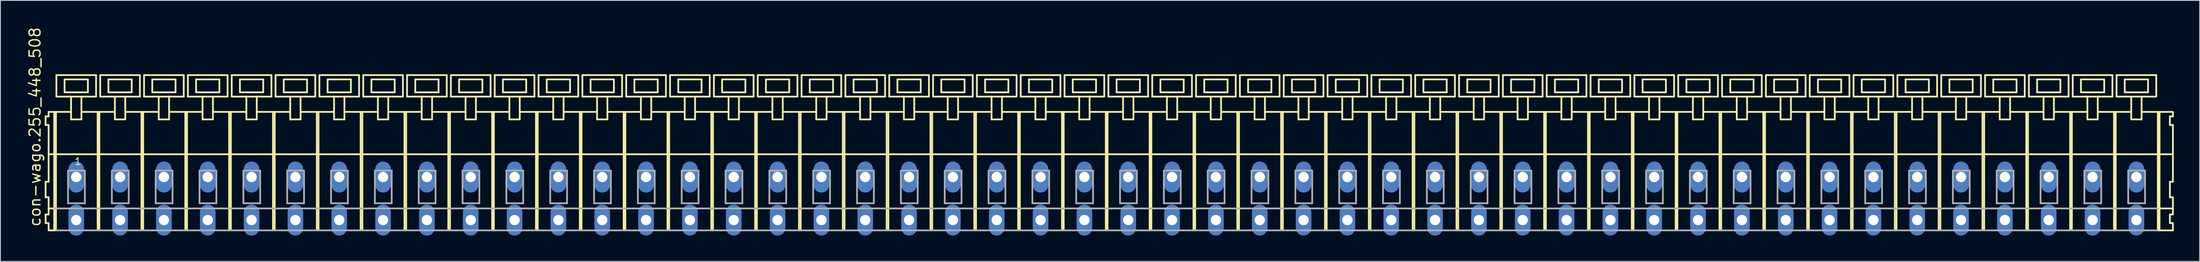
<source format=kicad_pcb>
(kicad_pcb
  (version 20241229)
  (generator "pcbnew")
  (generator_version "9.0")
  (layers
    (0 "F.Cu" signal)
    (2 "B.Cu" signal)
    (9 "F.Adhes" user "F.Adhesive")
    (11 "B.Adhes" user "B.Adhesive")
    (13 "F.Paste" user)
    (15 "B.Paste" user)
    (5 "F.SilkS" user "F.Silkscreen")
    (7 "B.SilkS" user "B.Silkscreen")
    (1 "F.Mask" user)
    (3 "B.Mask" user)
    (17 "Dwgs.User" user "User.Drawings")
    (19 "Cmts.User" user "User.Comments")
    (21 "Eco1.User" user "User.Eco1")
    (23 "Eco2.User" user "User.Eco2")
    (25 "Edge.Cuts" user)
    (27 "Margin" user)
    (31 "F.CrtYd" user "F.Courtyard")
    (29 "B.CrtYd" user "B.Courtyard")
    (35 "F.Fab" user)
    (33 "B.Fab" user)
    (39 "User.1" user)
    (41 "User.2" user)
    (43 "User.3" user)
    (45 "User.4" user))
  (footprint "con-wago.255_448_508"
    (layer "F.Cu")
    (at 125.165 17.533)
    (property "Reference" "con-wago.255_448_508" (at -123.415 5.855 90) (layer "F.SilkS") (effects (font (size 1.27 1.27) (thickness 0.16)) (justify left bottom)))
    (attr through_hole)
    (fp_line (start -122.93 -7.05) (end -122.93 -6.05) (stroke (width 0.203) (type default)) (layer "F.SilkS"))
    (fp_line (start -122.93 -6.05) (end -122.58 -6.05) (stroke (width 0.203) (type default)) (layer "F.SilkS"))
    (fp_line (start -122.93 0.55) (end -122.93 2.35) (stroke (width 0.203) (type default)) (layer "F.SilkS"))
    (fp_line (start -122.93 2.35) (end -122.58 2.35) (stroke (width 0.203) (type default)) (layer "F.SilkS"))
    (fp_line (start -122.93 4.35) (end -122.93 5.35) (stroke (width 0.203) (type default)) (layer "F.SilkS"))
    (fp_line (start -122.93 5.35) (end -122.58 5.35) (stroke (width 0.203) (type default)) (layer "F.SilkS"))
    (fp_line (start -122.58 -7.575) (end -122.58 -7.05) (stroke (width 0.203) (type default)) (layer "F.SilkS"))
    (fp_line (start -122.58 -7.575) (end -120.005 -7.575) (stroke (width 0.203) (type default)) (layer "F.SilkS"))
    (fp_line (start -122.58 -7.05) (end -122.93 -7.05) (stroke (width 0.203) (type default)) (layer "F.SilkS"))
    (fp_line (start -122.58 -6.05) (end -122.58 0.55) (stroke (width 0.203) (type default)) (layer "F.SilkS"))
    (fp_line (start -122.58 0.55) (end -122.93 0.55) (stroke (width 0.203) (type default)) (layer "F.SilkS"))
    (fp_line (start -122.58 2.35) (end -122.58 4.35) (stroke (width 0.203) (type default)) (layer "F.SilkS"))
    (fp_line (start -122.58 3.65) (end -121.88 3.65) (stroke (width 0.203) (type default)) (layer "F.SilkS"))
    (fp_line (start -122.58 4.35) (end -122.93 4.35) (stroke (width 0.203) (type default)) (layer "F.SilkS"))
    (fp_line (start -122.58 5.35) (end -122.58 6.2) (stroke (width 0.203) (type default)) (layer "F.SilkS"))
    (fp_line (start -122.58 6.2) (end -121.93 6.2) (stroke (width 0.203) (type default)) (layer "F.SilkS"))
    (fp_line (start -122.53 -2.65) (end 121.86 -2.65) (stroke (width 0.203) (type default)) (layer "F.SilkS"))
    (fp_line (start -121.93 -7.55) (end -121.93 6.2) (stroke (width 0.203) (type default)) (layer "F.SilkS"))
    (fp_line (start -121.93 6.2) (end -121.73 6.2) (stroke (width 0.203) (type default)) (layer "F.SilkS"))
    (fp_line (start -121.73 -7.55) (end -121.73 6.2) (stroke (width 0.203) (type default)) (layer "F.SilkS"))
    (fp_line (start -121.68 -11.85) (end -121.68 -9.35) (stroke (width 0.203) (type default)) (layer "F.SilkS"))
    (fp_line (start -121.68 -9.35) (end -119.98 -9.35) (stroke (width 0.203) (type default)) (layer "F.SilkS"))
    (fp_line (start -120.73 -11.35) (end -120.73 -9.85) (stroke (width 0.203) (type default)) (layer "F.SilkS"))
    (fp_line (start -120.73 -9.85) (end -118.03 -9.85) (stroke (width 0.203) (type default)) (layer "F.SilkS"))
    (fp_line (start -119.98 -9.35) (end -119.98 -6.7) (stroke (width 0.203) (type default)) (layer "F.SilkS"))
    (fp_line (start -119.98 -9.35) (end -118.78 -9.35) (stroke (width 0.203) (type default)) (layer "F.SilkS"))
    (fp_line (start -119.98 -6.7) (end -118.78 -6.7) (stroke (width 0.203) (type default)) (layer "F.SilkS"))
    (fp_line (start -118.78 -9.35) (end -117.08 -9.35) (stroke (width 0.203) (type default)) (layer "F.SilkS"))
    (fp_line (start -118.78 -6.7) (end -118.78 -9.35) (stroke (width 0.203) (type default)) (layer "F.SilkS"))
    (fp_line (start -118.755 -7.575) (end -114.921 -7.575) (stroke (width 0.203) (type default)) (layer "F.SilkS"))
    (fp_line (start -118.03 -11.35) (end -120.73 -11.35) (stroke (width 0.203) (type default)) (layer "F.SilkS"))
    (fp_line (start -118.03 -9.85) (end -118.03 -11.35) (stroke (width 0.203) (type default)) (layer "F.SilkS"))
    (fp_line (start -117.08 -11.85) (end -121.68 -11.85) (stroke (width 0.203) (type default)) (layer "F.SilkS"))
    (fp_line (start -117.08 -9.35) (end -117.08 -11.85) (stroke (width 0.203) (type default)) (layer "F.SilkS"))
    (fp_line (start -116.9 -7.55) (end -116.9 6.2) (stroke (width 0.203) (type default)) (layer "F.SilkS"))
    (fp_line (start -116.7 -7.55) (end -116.7 6.2) (stroke (width 0.203) (type default)) (layer "F.SilkS"))
    (fp_line (start -116.6 -11.85) (end -116.6 -9.35) (stroke (width 0.203) (type default)) (layer "F.SilkS"))
    (fp_line (start -116.6 -9.35) (end -114.9 -9.35) (stroke (width 0.203) (type default)) (layer "F.SilkS"))
    (fp_line (start -115.65 -11.35) (end -115.65 -9.85) (stroke (width 0.203) (type default)) (layer "F.SilkS"))
    (fp_line (start -115.65 -9.85) (end -112.95 -9.85) (stroke (width 0.203) (type default)) (layer "F.SilkS"))
    (fp_line (start -114.9 -9.35) (end -114.9 -6.7) (stroke (width 0.203) (type default)) (layer "F.SilkS"))
    (fp_line (start -114.9 -9.35) (end -113.7 -9.35) (stroke (width 0.203) (type default)) (layer "F.SilkS"))
    (fp_line (start -114.9 -6.7) (end -113.7 -6.7) (stroke (width 0.203) (type default)) (layer "F.SilkS"))
    (fp_line (start -113.7 -9.35) (end -112 -9.35) (stroke (width 0.203) (type default)) (layer "F.SilkS"))
    (fp_line (start -113.7 -6.7) (end -113.7 -9.35) (stroke (width 0.203) (type default)) (layer "F.SilkS"))
    (fp_line (start -113.675 -7.575) (end -109.83 -7.575) (stroke (width 0.203) (type default)) (layer "F.SilkS"))
    (fp_line (start -112.95 -11.35) (end -115.65 -11.35) (stroke (width 0.203) (type default)) (layer "F.SilkS"))
    (fp_line (start -112.95 -9.85) (end -112.95 -11.35) (stroke (width 0.203) (type default)) (layer "F.SilkS"))
    (fp_line (start -112 -11.85) (end -116.6 -11.85) (stroke (width 0.203) (type default)) (layer "F.SilkS"))
    (fp_line (start -112 -9.35) (end -112 -11.85) (stroke (width 0.203) (type default)) (layer "F.SilkS"))
    (fp_line (start -111.82 -7.55) (end -111.82 6.2) (stroke (width 0.203) (type default)) (layer "F.SilkS"))
    (fp_line (start -111.62 -7.55) (end -111.62 6.2) (stroke (width 0.203) (type default)) (layer "F.SilkS"))
    (fp_line (start -111.52 -11.85) (end -111.52 -9.35) (stroke (width 0.203) (type default)) (layer "F.SilkS"))
    (fp_line (start -111.52 -9.35) (end -109.82 -9.35) (stroke (width 0.203) (type default)) (layer "F.SilkS"))
    (fp_line (start -110.57 -11.35) (end -110.57 -9.85) (stroke (width 0.203) (type default)) (layer "F.SilkS"))
    (fp_line (start -110.57 -9.85) (end -107.87 -9.85) (stroke (width 0.203) (type default)) (layer "F.SilkS"))
    (fp_line (start -109.82 -9.35) (end -109.82 -6.7) (stroke (width 0.203) (type default)) (layer "F.SilkS"))
    (fp_line (start -109.82 -9.35) (end -108.62 -9.35) (stroke (width 0.203) (type default)) (layer "F.SilkS"))
    (fp_line (start -109.82 -6.7) (end -108.62 -6.7) (stroke (width 0.203) (type default)) (layer "F.SilkS"))
    (fp_line (start -108.62 -9.35) (end -106.92 -9.35) (stroke (width 0.203) (type default)) (layer "F.SilkS"))
    (fp_line (start -108.62 -6.7) (end -108.62 -9.35) (stroke (width 0.203) (type default)) (layer "F.SilkS"))
    (fp_line (start -108.595 -7.575) (end -104.75 -7.575) (stroke (width 0.203) (type default)) (layer "F.SilkS"))
    (fp_line (start -107.87 -11.35) (end -110.57 -11.35) (stroke (width 0.203) (type default)) (layer "F.SilkS"))
    (fp_line (start -107.87 -9.85) (end -107.87 -11.35) (stroke (width 0.203) (type default)) (layer "F.SilkS"))
    (fp_line (start -106.92 -11.85) (end -111.52 -11.85) (stroke (width 0.203) (type default)) (layer "F.SilkS"))
    (fp_line (start -106.92 -9.35) (end -106.92 -11.85) (stroke (width 0.203) (type default)) (layer "F.SilkS"))
    (fp_line (start -106.74 -7.55) (end -106.74 6.2) (stroke (width 0.203) (type default)) (layer "F.SilkS"))
    (fp_line (start -106.54 -7.55) (end -106.54 6.2) (stroke (width 0.203) (type default)) (layer "F.SilkS"))
    (fp_line (start -106.44 -11.85) (end -106.44 -9.35) (stroke (width 0.203) (type default)) (layer "F.SilkS"))
    (fp_line (start -106.44 -9.35) (end -104.74 -9.35) (stroke (width 0.203) (type default)) (layer "F.SilkS"))
    (fp_line (start -105.49 -11.35) (end -105.49 -9.85) (stroke (width 0.203) (type default)) (layer "F.SilkS"))
    (fp_line (start -105.49 -9.85) (end -102.79 -9.85) (stroke (width 0.203) (type default)) (layer "F.SilkS"))
    (fp_line (start -104.74 -9.35) (end -104.74 -6.7) (stroke (width 0.203) (type default)) (layer "F.SilkS"))
    (fp_line (start -104.74 -9.35) (end -103.54 -9.35) (stroke (width 0.203) (type default)) (layer "F.SilkS"))
    (fp_line (start -104.74 -6.7) (end -103.54 -6.7) (stroke (width 0.203) (type default)) (layer "F.SilkS"))
    (fp_line (start -103.54 -9.35) (end -101.84 -9.35) (stroke (width 0.203) (type default)) (layer "F.SilkS"))
    (fp_line (start -103.54 -6.7) (end -103.54 -9.35) (stroke (width 0.203) (type default)) (layer "F.SilkS"))
    (fp_line (start -103.515 -7.575) (end -99.67 -7.575) (stroke (width 0.203) (type default)) (layer "F.SilkS"))
    (fp_line (start -102.79 -11.35) (end -105.49 -11.35) (stroke (width 0.203) (type default)) (layer "F.SilkS"))
    (fp_line (start -102.79 -9.85) (end -102.79 -11.35) (stroke (width 0.203) (type default)) (layer "F.SilkS"))
    (fp_line (start -101.84 -11.85) (end -106.44 -11.85) (stroke (width 0.203) (type default)) (layer "F.SilkS"))
    (fp_line (start -101.84 -9.35) (end -101.84 -11.85) (stroke (width 0.203) (type default)) (layer "F.SilkS"))
    (fp_line (start -101.66 -7.55) (end -101.66 6.2) (stroke (width 0.203) (type default)) (layer "F.SilkS"))
    (fp_line (start -101.46 -7.55) (end -101.46 6.2) (stroke (width 0.203) (type default)) (layer "F.SilkS"))
    (fp_line (start -101.36 -11.85) (end -101.36 -9.35) (stroke (width 0.203) (type default)) (layer "F.SilkS"))
    (fp_line (start -101.36 -9.35) (end -99.66 -9.35) (stroke (width 0.203) (type default)) (layer "F.SilkS"))
    (fp_line (start -100.41 -11.35) (end -100.41 -9.85) (stroke (width 0.203) (type default)) (layer "F.SilkS"))
    (fp_line (start -100.41 -9.85) (end -97.71 -9.85) (stroke (width 0.203) (type default)) (layer "F.SilkS"))
    (fp_line (start -99.66 -9.35) (end -99.66 -6.7) (stroke (width 0.203) (type default)) (layer "F.SilkS"))
    (fp_line (start -99.66 -9.35) (end -98.46 -9.35) (stroke (width 0.203) (type default)) (layer "F.SilkS"))
    (fp_line (start -99.66 -6.7) (end -98.46 -6.7) (stroke (width 0.203) (type default)) (layer "F.SilkS"))
    (fp_line (start -98.46 -9.35) (end -96.76 -9.35) (stroke (width 0.203) (type default)) (layer "F.SilkS"))
    (fp_line (start -98.46 -6.7) (end -98.46 -9.35) (stroke (width 0.203) (type default)) (layer "F.SilkS"))
    (fp_line (start -98.435 -7.575) (end -94.59 -7.575) (stroke (width 0.203) (type default)) (layer "F.SilkS"))
    (fp_line (start -97.71 -11.35) (end -100.41 -11.35) (stroke (width 0.203) (type default)) (layer "F.SilkS"))
    (fp_line (start -97.71 -9.85) (end -97.71 -11.35) (stroke (width 0.203) (type default)) (layer "F.SilkS"))
    (fp_line (start -96.76 -11.85) (end -101.36 -11.85) (stroke (width 0.203) (type default)) (layer "F.SilkS"))
    (fp_line (start -96.76 -9.35) (end -96.76 -11.85) (stroke (width 0.203) (type default)) (layer "F.SilkS"))
    (fp_line (start -96.58 -7.55) (end -96.58 6.2) (stroke (width 0.203) (type default)) (layer "F.SilkS"))
    (fp_line (start -96.38 -7.55) (end -96.38 6.2) (stroke (width 0.203) (type default)) (layer "F.SilkS"))
    (fp_line (start -96.28 -11.85) (end -96.28 -9.35) (stroke (width 0.203) (type default)) (layer "F.SilkS"))
    (fp_line (start -96.28 -9.35) (end -94.58 -9.35) (stroke (width 0.203) (type default)) (layer "F.SilkS"))
    (fp_line (start -95.33 -11.35) (end -95.33 -9.85) (stroke (width 0.203) (type default)) (layer "F.SilkS"))
    (fp_line (start -95.33 -9.85) (end -92.63 -9.85) (stroke (width 0.203) (type default)) (layer "F.SilkS"))
    (fp_line (start -94.58 -9.35) (end -94.58 -6.7) (stroke (width 0.203) (type default)) (layer "F.SilkS"))
    (fp_line (start -94.58 -9.35) (end -93.38 -9.35) (stroke (width 0.203) (type default)) (layer "F.SilkS"))
    (fp_line (start -94.58 -6.7) (end -93.38 -6.7) (stroke (width 0.203) (type default)) (layer "F.SilkS"))
    (fp_line (start -93.38 -9.35) (end -91.68 -9.35) (stroke (width 0.203) (type default)) (layer "F.SilkS"))
    (fp_line (start -93.38 -6.7) (end -93.38 -9.35) (stroke (width 0.203) (type default)) (layer "F.SilkS"))
    (fp_line (start -93.355 -7.575) (end -89.51 -7.575) (stroke (width 0.203) (type default)) (layer "F.SilkS"))
    (fp_line (start -92.63 -11.35) (end -95.33 -11.35) (stroke (width 0.203) (type default)) (layer "F.SilkS"))
    (fp_line (start -92.63 -9.85) (end -92.63 -11.35) (stroke (width 0.203) (type default)) (layer "F.SilkS"))
    (fp_line (start -91.68 -11.85) (end -96.28 -11.85) (stroke (width 0.203) (type default)) (layer "F.SilkS"))
    (fp_line (start -91.68 -9.35) (end -91.68 -11.85) (stroke (width 0.203) (type default)) (layer "F.SilkS"))
    (fp_line (start -91.5 -7.55) (end -91.5 6.2) (stroke (width 0.203) (type default)) (layer "F.SilkS"))
    (fp_line (start -91.3 -7.55) (end -91.3 6.2) (stroke (width 0.203) (type default)) (layer "F.SilkS"))
    (fp_line (start -91.2 -11.85) (end -91.2 -9.35) (stroke (width 0.203) (type default)) (layer "F.SilkS"))
    (fp_line (start -91.2 -9.35) (end -89.5 -9.35) (stroke (width 0.203) (type default)) (layer "F.SilkS"))
    (fp_line (start -90.25 -11.35) (end -90.25 -9.85) (stroke (width 0.203) (type default)) (layer "F.SilkS"))
    (fp_line (start -90.25 -9.85) (end -87.55 -9.85) (stroke (width 0.203) (type default)) (layer "F.SilkS"))
    (fp_line (start -89.5 -9.35) (end -89.5 -6.7) (stroke (width 0.203) (type default)) (layer "F.SilkS"))
    (fp_line (start -89.5 -9.35) (end -88.3 -9.35) (stroke (width 0.203) (type default)) (layer "F.SilkS"))
    (fp_line (start -89.5 -6.7) (end -88.3 -6.7) (stroke (width 0.203) (type default)) (layer "F.SilkS"))
    (fp_line (start -88.3 -9.35) (end -86.6 -9.35) (stroke (width 0.203) (type default)) (layer "F.SilkS"))
    (fp_line (start -88.3 -6.7) (end -88.3 -9.35) (stroke (width 0.203) (type default)) (layer "F.SilkS"))
    (fp_line (start -88.275 -7.575) (end -84.43 -7.575) (stroke (width 0.203) (type default)) (layer "F.SilkS"))
    (fp_line (start -87.55 -11.35) (end -90.25 -11.35) (stroke (width 0.203) (type default)) (layer "F.SilkS"))
    (fp_line (start -87.55 -9.85) (end -87.55 -11.35) (stroke (width 0.203) (type default)) (layer "F.SilkS"))
    (fp_line (start -86.6 -11.85) (end -91.2 -11.85) (stroke (width 0.203) (type default)) (layer "F.SilkS"))
    (fp_line (start -86.6 -9.35) (end -86.6 -11.85) (stroke (width 0.203) (type default)) (layer "F.SilkS"))
    (fp_line (start -86.42 -7.55) (end -86.42 6.2) (stroke (width 0.203) (type default)) (layer "F.SilkS"))
    (fp_line (start -86.22 -7.55) (end -86.22 6.2) (stroke (width 0.203) (type default)) (layer "F.SilkS"))
    (fp_line (start -86.12 -11.85) (end -86.12 -9.35) (stroke (width 0.203) (type default)) (layer "F.SilkS"))
    (fp_line (start -86.12 -9.35) (end -84.42 -9.35) (stroke (width 0.203) (type default)) (layer "F.SilkS"))
    (fp_line (start -85.17 -11.35) (end -85.17 -9.85) (stroke (width 0.203) (type default)) (layer "F.SilkS"))
    (fp_line (start -85.17 -9.85) (end -82.47 -9.85) (stroke (width 0.203) (type default)) (layer "F.SilkS"))
    (fp_line (start -84.42 -9.35) (end -84.42 -6.7) (stroke (width 0.203) (type default)) (layer "F.SilkS"))
    (fp_line (start -84.42 -9.35) (end -83.22 -9.35) (stroke (width 0.203) (type default)) (layer "F.SilkS"))
    (fp_line (start -84.42 -6.7) (end -83.22 -6.7) (stroke (width 0.203) (type default)) (layer "F.SilkS"))
    (fp_line (start -83.22 -9.35) (end -81.52 -9.35) (stroke (width 0.203) (type default)) (layer "F.SilkS"))
    (fp_line (start -83.22 -6.7) (end -83.22 -9.35) (stroke (width 0.203) (type default)) (layer "F.SilkS"))
    (fp_line (start -83.195 -7.575) (end -79.35 -7.575) (stroke (width 0.203) (type default)) (layer "F.SilkS"))
    (fp_line (start -82.47 -11.35) (end -85.17 -11.35) (stroke (width 0.203) (type default)) (layer "F.SilkS"))
    (fp_line (start -82.47 -9.85) (end -82.47 -11.35) (stroke (width 0.203) (type default)) (layer "F.SilkS"))
    (fp_line (start -81.52 -11.85) (end -86.12 -11.85) (stroke (width 0.203) (type default)) (layer "F.SilkS"))
    (fp_line (start -81.52 -9.35) (end -81.52 -11.85) (stroke (width 0.203) (type default)) (layer "F.SilkS"))
    (fp_line (start -81.34 -7.55) (end -81.34 6.2) (stroke (width 0.203) (type default)) (layer "F.SilkS"))
    (fp_line (start -81.14 -7.55) (end -81.14 6.2) (stroke (width 0.203) (type default)) (layer "F.SilkS"))
    (fp_line (start -81.04 -11.85) (end -81.04 -9.35) (stroke (width 0.203) (type default)) (layer "F.SilkS"))
    (fp_line (start -81.04 -9.35) (end -79.34 -9.35) (stroke (width 0.203) (type default)) (layer "F.SilkS"))
    (fp_line (start -80.09 -11.35) (end -80.09 -9.85) (stroke (width 0.203) (type default)) (layer "F.SilkS"))
    (fp_line (start -80.09 -9.85) (end -77.39 -9.85) (stroke (width 0.203) (type default)) (layer "F.SilkS"))
    (fp_line (start -79.34 -9.35) (end -79.34 -6.7) (stroke (width 0.203) (type default)) (layer "F.SilkS"))
    (fp_line (start -79.34 -9.35) (end -78.14 -9.35) (stroke (width 0.203) (type default)) (layer "F.SilkS"))
    (fp_line (start -79.34 -6.7) (end -78.14 -6.7) (stroke (width 0.203) (type default)) (layer "F.SilkS"))
    (fp_line (start -78.14 -9.35) (end -76.44 -9.35) (stroke (width 0.203) (type default)) (layer "F.SilkS"))
    (fp_line (start -78.14 -6.7) (end -78.14 -9.35) (stroke (width 0.203) (type default)) (layer "F.SilkS"))
    (fp_line (start -78.115 -7.575) (end -74.27 -7.575) (stroke (width 0.203) (type default)) (layer "F.SilkS"))
    (fp_line (start -77.39 -11.35) (end -80.09 -11.35) (stroke (width 0.203) (type default)) (layer "F.SilkS"))
    (fp_line (start -77.39 -9.85) (end -77.39 -11.35) (stroke (width 0.203) (type default)) (layer "F.SilkS"))
    (fp_line (start -76.44 -11.85) (end -81.04 -11.85) (stroke (width 0.203) (type default)) (layer "F.SilkS"))
    (fp_line (start -76.44 -9.35) (end -76.44 -11.85) (stroke (width 0.203) (type default)) (layer "F.SilkS"))
    (fp_line (start -76.26 -7.55) (end -76.26 6.2) (stroke (width 0.203) (type default)) (layer "F.SilkS"))
    (fp_line (start -76.06 -7.55) (end -76.06 6.2) (stroke (width 0.203) (type default)) (layer "F.SilkS"))
    (fp_line (start -75.96 -11.85) (end -75.96 -9.35) (stroke (width 0.203) (type default)) (layer "F.SilkS"))
    (fp_line (start -75.96 -9.35) (end -74.26 -9.35) (stroke (width 0.203) (type default)) (layer "F.SilkS"))
    (fp_line (start -75.01 -11.35) (end -75.01 -9.85) (stroke (width 0.203) (type default)) (layer "F.SilkS"))
    (fp_line (start -75.01 -9.85) (end -72.31 -9.85) (stroke (width 0.203) (type default)) (layer "F.SilkS"))
    (fp_line (start -74.26 -9.35) (end -74.26 -6.7) (stroke (width 0.203) (type default)) (layer "F.SilkS"))
    (fp_line (start -74.26 -9.35) (end -73.06 -9.35) (stroke (width 0.203) (type default)) (layer "F.SilkS"))
    (fp_line (start -74.26 -6.7) (end -73.06 -6.7) (stroke (width 0.203) (type default)) (layer "F.SilkS"))
    (fp_line (start -73.06 -9.35) (end -71.36 -9.35) (stroke (width 0.203) (type default)) (layer "F.SilkS"))
    (fp_line (start -73.06 -6.7) (end -73.06 -9.35) (stroke (width 0.203) (type default)) (layer "F.SilkS"))
    (fp_line (start -73.035 -7.575) (end -69.19 -7.575) (stroke (width 0.203) (type default)) (layer "F.SilkS"))
    (fp_line (start -72.31 -11.35) (end -75.01 -11.35) (stroke (width 0.203) (type default)) (layer "F.SilkS"))
    (fp_line (start -72.31 -9.85) (end -72.31 -11.35) (stroke (width 0.203) (type default)) (layer "F.SilkS"))
    (fp_line (start -71.36 -11.85) (end -75.96 -11.85) (stroke (width 0.203) (type default)) (layer "F.SilkS"))
    (fp_line (start -71.36 -9.35) (end -71.36 -11.85) (stroke (width 0.203) (type default)) (layer "F.SilkS"))
    (fp_line (start -71.18 -7.55) (end -71.18 6.2) (stroke (width 0.203) (type default)) (layer "F.SilkS"))
    (fp_line (start -70.98 -7.55) (end -70.98 6.2) (stroke (width 0.203) (type default)) (layer "F.SilkS"))
    (fp_line (start -70.88 -11.85) (end -70.88 -9.35) (stroke (width 0.203) (type default)) (layer "F.SilkS"))
    (fp_line (start -70.88 -9.35) (end -69.18 -9.35) (stroke (width 0.203) (type default)) (layer "F.SilkS"))
    (fp_line (start -69.93 -11.35) (end -69.93 -9.85) (stroke (width 0.203) (type default)) (layer "F.SilkS"))
    (fp_line (start -69.93 -9.85) (end -67.23 -9.85) (stroke (width 0.203) (type default)) (layer "F.SilkS"))
    (fp_line (start -69.18 -9.35) (end -69.18 -6.7) (stroke (width 0.203) (type default)) (layer "F.SilkS"))
    (fp_line (start -69.18 -9.35) (end -67.98 -9.35) (stroke (width 0.203) (type default)) (layer "F.SilkS"))
    (fp_line (start -69.18 -6.7) (end -67.98 -6.7) (stroke (width 0.203) (type default)) (layer "F.SilkS"))
    (fp_line (start -67.98 -9.35) (end -66.28 -9.35) (stroke (width 0.203) (type default)) (layer "F.SilkS"))
    (fp_line (start -67.98 -6.7) (end -67.98 -9.35) (stroke (width 0.203) (type default)) (layer "F.SilkS"))
    (fp_line (start -67.955 -7.575) (end -64.11 -7.575) (stroke (width 0.203) (type default)) (layer "F.SilkS"))
    (fp_line (start -67.23 -11.35) (end -69.93 -11.35) (stroke (width 0.203) (type default)) (layer "F.SilkS"))
    (fp_line (start -67.23 -9.85) (end -67.23 -11.35) (stroke (width 0.203) (type default)) (layer "F.SilkS"))
    (fp_line (start -66.28 -11.85) (end -70.88 -11.85) (stroke (width 0.203) (type default)) (layer "F.SilkS"))
    (fp_line (start -66.28 -9.35) (end -66.28 -11.85) (stroke (width 0.203) (type default)) (layer "F.SilkS"))
    (fp_line (start -66.1 -7.55) (end -66.1 6.2) (stroke (width 0.203) (type default)) (layer "F.SilkS"))
    (fp_line (start -65.9 -7.55) (end -65.9 6.2) (stroke (width 0.203) (type default)) (layer "F.SilkS"))
    (fp_line (start -65.8 -11.85) (end -65.8 -9.35) (stroke (width 0.203) (type default)) (layer "F.SilkS"))
    (fp_line (start -65.8 -9.35) (end -64.1 -9.35) (stroke (width 0.203) (type default)) (layer "F.SilkS"))
    (fp_line (start -64.85 -11.35) (end -64.85 -9.85) (stroke (width 0.203) (type default)) (layer "F.SilkS"))
    (fp_line (start -64.85 -9.85) (end -62.15 -9.85) (stroke (width 0.203) (type default)) (layer "F.SilkS"))
    (fp_line (start -64.1 -9.35) (end -64.1 -6.7) (stroke (width 0.203) (type default)) (layer "F.SilkS"))
    (fp_line (start -64.1 -9.35) (end -62.9 -9.35) (stroke (width 0.203) (type default)) (layer "F.SilkS"))
    (fp_line (start -64.1 -6.7) (end -62.9 -6.7) (stroke (width 0.203) (type default)) (layer "F.SilkS"))
    (fp_line (start -62.9 -9.35) (end -61.2 -9.35) (stroke (width 0.203) (type default)) (layer "F.SilkS"))
    (fp_line (start -62.9 -6.7) (end -62.9 -9.35) (stroke (width 0.203) (type default)) (layer "F.SilkS"))
    (fp_line (start -62.875 -7.575) (end -59.03 -7.575) (stroke (width 0.203) (type default)) (layer "F.SilkS"))
    (fp_line (start -62.15 -11.35) (end -64.85 -11.35) (stroke (width 0.203) (type default)) (layer "F.SilkS"))
    (fp_line (start -62.15 -9.85) (end -62.15 -11.35) (stroke (width 0.203) (type default)) (layer "F.SilkS"))
    (fp_line (start -61.2 -11.85) (end -65.8 -11.85) (stroke (width 0.203) (type default)) (layer "F.SilkS"))
    (fp_line (start -61.2 -9.35) (end -61.2 -11.85) (stroke (width 0.203) (type default)) (layer "F.SilkS"))
    (fp_line (start -61.02 -7.55) (end -61.02 6.2) (stroke (width 0.203) (type default)) (layer "F.SilkS"))
    (fp_line (start -60.82 -7.55) (end -60.82 6.2) (stroke (width 0.203) (type default)) (layer "F.SilkS"))
    (fp_line (start -60.72 -11.85) (end -60.72 -9.35) (stroke (width 0.203) (type default)) (layer "F.SilkS"))
    (fp_line (start -60.72 -9.35) (end -59.02 -9.35) (stroke (width 0.203) (type default)) (layer "F.SilkS"))
    (fp_line (start -59.77 -11.35) (end -59.77 -9.85) (stroke (width 0.203) (type default)) (layer "F.SilkS"))
    (fp_line (start -59.77 -9.85) (end -57.07 -9.85) (stroke (width 0.203) (type default)) (layer "F.SilkS"))
    (fp_line (start -59.02 -9.35) (end -59.02 -6.7) (stroke (width 0.203) (type default)) (layer "F.SilkS"))
    (fp_line (start -59.02 -9.35) (end -57.82 -9.35) (stroke (width 0.203) (type default)) (layer "F.SilkS"))
    (fp_line (start -59.02 -6.7) (end -57.82 -6.7) (stroke (width 0.203) (type default)) (layer "F.SilkS"))
    (fp_line (start -57.82 -9.35) (end -56.12 -9.35) (stroke (width 0.203) (type default)) (layer "F.SilkS"))
    (fp_line (start -57.82 -6.7) (end -57.82 -9.35) (stroke (width 0.203) (type default)) (layer "F.SilkS"))
    (fp_line (start -57.795 -7.575) (end -53.95 -7.575) (stroke (width 0.203) (type default)) (layer "F.SilkS"))
    (fp_line (start -57.07 -11.35) (end -59.77 -11.35) (stroke (width 0.203) (type default)) (layer "F.SilkS"))
    (fp_line (start -57.07 -9.85) (end -57.07 -11.35) (stroke (width 0.203) (type default)) (layer "F.SilkS"))
    (fp_line (start -56.12 -11.85) (end -60.72 -11.85) (stroke (width 0.203) (type default)) (layer "F.SilkS"))
    (fp_line (start -56.12 -9.35) (end -56.12 -11.85) (stroke (width 0.203) (type default)) (layer "F.SilkS"))
    (fp_line (start -55.94 -7.55) (end -55.94 6.2) (stroke (width 0.203) (type default)) (layer "F.SilkS"))
    (fp_line (start -55.74 -7.55) (end -55.74 6.2) (stroke (width 0.203) (type default)) (layer "F.SilkS"))
    (fp_line (start -55.64 -11.85) (end -55.64 -9.35) (stroke (width 0.203) (type default)) (layer "F.SilkS"))
    (fp_line (start -55.64 -9.35) (end -53.94 -9.35) (stroke (width 0.203) (type default)) (layer "F.SilkS"))
    (fp_line (start -54.69 -11.35) (end -54.69 -9.85) (stroke (width 0.203) (type default)) (layer "F.SilkS"))
    (fp_line (start -54.69 -9.85) (end -51.99 -9.85) (stroke (width 0.203) (type default)) (layer "F.SilkS"))
    (fp_line (start -53.94 -9.35) (end -53.94 -6.7) (stroke (width 0.203) (type default)) (layer "F.SilkS"))
    (fp_line (start -53.94 -9.35) (end -52.74 -9.35) (stroke (width 0.203) (type default)) (layer "F.SilkS"))
    (fp_line (start -53.94 -6.7) (end -52.74 -6.7) (stroke (width 0.203) (type default)) (layer "F.SilkS"))
    (fp_line (start -52.74 -9.35) (end -51.04 -9.35) (stroke (width 0.203) (type default)) (layer "F.SilkS"))
    (fp_line (start -52.74 -6.7) (end -52.74 -9.35) (stroke (width 0.203) (type default)) (layer "F.SilkS"))
    (fp_line (start -52.715 -7.575) (end -48.87 -7.575) (stroke (width 0.203) (type default)) (layer "F.SilkS"))
    (fp_line (start -51.99 -11.35) (end -54.69 -11.35) (stroke (width 0.203) (type default)) (layer "F.SilkS"))
    (fp_line (start -51.99 -9.85) (end -51.99 -11.35) (stroke (width 0.203) (type default)) (layer "F.SilkS"))
    (fp_line (start -51.04 -11.85) (end -55.64 -11.85) (stroke (width 0.203) (type default)) (layer "F.SilkS"))
    (fp_line (start -51.04 -9.35) (end -51.04 -11.85) (stroke (width 0.203) (type default)) (layer "F.SilkS"))
    (fp_line (start -50.86 -7.55) (end -50.86 6.2) (stroke (width 0.203) (type default)) (layer "F.SilkS"))
    (fp_line (start -50.66 -7.55) (end -50.66 6.2) (stroke (width 0.203) (type default)) (layer "F.SilkS"))
    (fp_line (start -50.56 -11.85) (end -50.56 -9.35) (stroke (width 0.203) (type default)) (layer "F.SilkS"))
    (fp_line (start -50.56 -9.35) (end -48.86 -9.35) (stroke (width 0.203) (type default)) (layer "F.SilkS"))
    (fp_line (start -49.61 -11.35) (end -49.61 -9.85) (stroke (width 0.203) (type default)) (layer "F.SilkS"))
    (fp_line (start -49.61 -9.85) (end -46.91 -9.85) (stroke (width 0.203) (type default)) (layer "F.SilkS"))
    (fp_line (start -48.86 -9.35) (end -48.86 -6.7) (stroke (width 0.203) (type default)) (layer "F.SilkS"))
    (fp_line (start -48.86 -9.35) (end -47.66 -9.35) (stroke (width 0.203) (type default)) (layer "F.SilkS"))
    (fp_line (start -48.86 -6.7) (end -47.66 -6.7) (stroke (width 0.203) (type default)) (layer "F.SilkS"))
    (fp_line (start -47.66 -9.35) (end -45.96 -9.35) (stroke (width 0.203) (type default)) (layer "F.SilkS"))
    (fp_line (start -47.66 -6.7) (end -47.66 -9.35) (stroke (width 0.203) (type default)) (layer "F.SilkS"))
    (fp_line (start -47.635 -7.575) (end -43.79 -7.575) (stroke (width 0.203) (type default)) (layer "F.SilkS"))
    (fp_line (start -46.91 -11.35) (end -49.61 -11.35) (stroke (width 0.203) (type default)) (layer "F.SilkS"))
    (fp_line (start -46.91 -9.85) (end -46.91 -11.35) (stroke (width 0.203) (type default)) (layer "F.SilkS"))
    (fp_line (start -45.96 -11.85) (end -50.56 -11.85) (stroke (width 0.203) (type default)) (layer "F.SilkS"))
    (fp_line (start -45.96 -9.35) (end -45.96 -11.85) (stroke (width 0.203) (type default)) (layer "F.SilkS"))
    (fp_line (start -45.78 -7.55) (end -45.78 6.2) (stroke (width 0.203) (type default)) (layer "F.SilkS"))
    (fp_line (start -45.58 -7.55) (end -45.58 6.2) (stroke (width 0.203) (type default)) (layer "F.SilkS"))
    (fp_line (start -45.48 -11.85) (end -45.48 -9.35) (stroke (width 0.203) (type default)) (layer "F.SilkS"))
    (fp_line (start -45.48 -9.35) (end -43.78 -9.35) (stroke (width 0.203) (type default)) (layer "F.SilkS"))
    (fp_line (start -44.53 -11.35) (end -44.53 -9.85) (stroke (width 0.203) (type default)) (layer "F.SilkS"))
    (fp_line (start -44.53 -9.85) (end -41.83 -9.85) (stroke (width 0.203) (type default)) (layer "F.SilkS"))
    (fp_line (start -43.78 -9.35) (end -43.78 -6.7) (stroke (width 0.203) (type default)) (layer "F.SilkS"))
    (fp_line (start -43.78 -9.35) (end -42.58 -9.35) (stroke (width 0.203) (type default)) (layer "F.SilkS"))
    (fp_line (start -43.78 -6.7) (end -42.58 -6.7) (stroke (width 0.203) (type default)) (layer "F.SilkS"))
    (fp_line (start -42.58 -9.35) (end -40.88 -9.35) (stroke (width 0.203) (type default)) (layer "F.SilkS"))
    (fp_line (start -42.58 -6.7) (end -42.58 -9.35) (stroke (width 0.203) (type default)) (layer "F.SilkS"))
    (fp_line (start -42.555 -7.575) (end -38.721 -7.575) (stroke (width 0.203) (type default)) (layer "F.SilkS"))
    (fp_line (start -41.83 -11.35) (end -44.53 -11.35) (stroke (width 0.203) (type default)) (layer "F.SilkS"))
    (fp_line (start -41.83 -9.85) (end -41.83 -11.35) (stroke (width 0.203) (type default)) (layer "F.SilkS"))
    (fp_line (start -40.88 -11.85) (end -45.48 -11.85) (stroke (width 0.203) (type default)) (layer "F.SilkS"))
    (fp_line (start -40.88 -9.35) (end -40.88 -11.85) (stroke (width 0.203) (type default)) (layer "F.SilkS"))
    (fp_line (start -40.7 -7.55) (end -40.7 6.2) (stroke (width 0.203) (type default)) (layer "F.SilkS"))
    (fp_line (start -40.5 -7.55) (end -40.5 6.2) (stroke (width 0.203) (type default)) (layer "F.SilkS"))
    (fp_line (start -40.4 -11.85) (end -40.4 -9.35) (stroke (width 0.203) (type default)) (layer "F.SilkS"))
    (fp_line (start -40.4 -9.35) (end -38.7 -9.35) (stroke (width 0.203) (type default)) (layer "F.SilkS"))
    (fp_line (start -39.45 -11.35) (end -39.45 -9.85) (stroke (width 0.203) (type default)) (layer "F.SilkS"))
    (fp_line (start -39.45 -9.85) (end -36.75 -9.85) (stroke (width 0.203) (type default)) (layer "F.SilkS"))
    (fp_line (start -38.7 -9.35) (end -38.7 -6.7) (stroke (width 0.203) (type default)) (layer "F.SilkS"))
    (fp_line (start -38.7 -9.35) (end -37.5 -9.35) (stroke (width 0.203) (type default)) (layer "F.SilkS"))
    (fp_line (start -38.7 -6.7) (end -37.5 -6.7) (stroke (width 0.203) (type default)) (layer "F.SilkS"))
    (fp_line (start -37.5 -9.35) (end -35.8 -9.35) (stroke (width 0.203) (type default)) (layer "F.SilkS"))
    (fp_line (start -37.5 -6.7) (end -37.5 -9.35) (stroke (width 0.203) (type default)) (layer "F.SilkS"))
    (fp_line (start -37.475 -7.575) (end -33.63 -7.575) (stroke (width 0.203) (type default)) (layer "F.SilkS"))
    (fp_line (start -36.75 -11.35) (end -39.45 -11.35) (stroke (width 0.203) (type default)) (layer "F.SilkS"))
    (fp_line (start -36.75 -9.85) (end -36.75 -11.35) (stroke (width 0.203) (type default)) (layer "F.SilkS"))
    (fp_line (start -35.8 -11.85) (end -40.4 -11.85) (stroke (width 0.203) (type default)) (layer "F.SilkS"))
    (fp_line (start -35.8 -9.35) (end -35.8 -11.85) (stroke (width 0.203) (type default)) (layer "F.SilkS"))
    (fp_line (start -35.62 -7.55) (end -35.62 6.2) (stroke (width 0.203) (type default)) (layer "F.SilkS"))
    (fp_line (start -35.42 -7.55) (end -35.42 6.2) (stroke (width 0.203) (type default)) (layer "F.SilkS"))
    (fp_line (start -35.32 -11.85) (end -35.32 -9.35) (stroke (width 0.203) (type default)) (layer "F.SilkS"))
    (fp_line (start -35.32 -9.35) (end -33.62 -9.35) (stroke (width 0.203) (type default)) (layer "F.SilkS"))
    (fp_line (start -34.37 -11.35) (end -34.37 -9.85) (stroke (width 0.203) (type default)) (layer "F.SilkS"))
    (fp_line (start -34.37 -9.85) (end -31.67 -9.85) (stroke (width 0.203) (type default)) (layer "F.SilkS"))
    (fp_line (start -33.62 -9.35) (end -33.62 -6.7) (stroke (width 0.203) (type default)) (layer "F.SilkS"))
    (fp_line (start -33.62 -9.35) (end -32.42 -9.35) (stroke (width 0.203) (type default)) (layer "F.SilkS"))
    (fp_line (start -33.62 -6.7) (end -32.42 -6.7) (stroke (width 0.203) (type default)) (layer "F.SilkS"))
    (fp_line (start -32.42 -9.35) (end -30.72 -9.35) (stroke (width 0.203) (type default)) (layer "F.SilkS"))
    (fp_line (start -32.42 -6.7) (end -32.42 -9.35) (stroke (width 0.203) (type default)) (layer "F.SilkS"))
    (fp_line (start -32.395 -7.575) (end -28.55 -7.575) (stroke (width 0.203) (type default)) (layer "F.SilkS"))
    (fp_line (start -31.67 -11.35) (end -34.37 -11.35) (stroke (width 0.203) (type default)) (layer "F.SilkS"))
    (fp_line (start -31.67 -9.85) (end -31.67 -11.35) (stroke (width 0.203) (type default)) (layer "F.SilkS"))
    (fp_line (start -30.72 -11.85) (end -35.32 -11.85) (stroke (width 0.203) (type default)) (layer "F.SilkS"))
    (fp_line (start -30.72 -9.35) (end -30.72 -11.85) (stroke (width 0.203) (type default)) (layer "F.SilkS"))
    (fp_line (start -30.54 -7.55) (end -30.54 6.2) (stroke (width 0.203) (type default)) (layer "F.SilkS"))
    (fp_line (start -30.34 -7.55) (end -30.34 6.2) (stroke (width 0.203) (type default)) (layer "F.SilkS"))
    (fp_line (start -30.24 -11.85) (end -30.24 -9.35) (stroke (width 0.203) (type default)) (layer "F.SilkS"))
    (fp_line (start -30.24 -9.35) (end -28.54 -9.35) (stroke (width 0.203) (type default)) (layer "F.SilkS"))
    (fp_line (start -29.29 -11.35) (end -29.29 -9.85) (stroke (width 0.203) (type default)) (layer "F.SilkS"))
    (fp_line (start -29.29 -9.85) (end -26.59 -9.85) (stroke (width 0.203) (type default)) (layer "F.SilkS"))
    (fp_line (start -28.54 -9.35) (end -28.54 -6.7) (stroke (width 0.203) (type default)) (layer "F.SilkS"))
    (fp_line (start -28.54 -9.35) (end -27.34 -9.35) (stroke (width 0.203) (type default)) (layer "F.SilkS"))
    (fp_line (start -28.54 -6.7) (end -27.34 -6.7) (stroke (width 0.203) (type default)) (layer "F.SilkS"))
    (fp_line (start -27.34 -9.35) (end -25.64 -9.35) (stroke (width 0.203) (type default)) (layer "F.SilkS"))
    (fp_line (start -27.34 -6.7) (end -27.34 -9.35) (stroke (width 0.203) (type default)) (layer "F.SilkS"))
    (fp_line (start -27.315 -7.575) (end -23.47 -7.575) (stroke (width 0.203) (type default)) (layer "F.SilkS"))
    (fp_line (start -26.59 -11.35) (end -29.29 -11.35) (stroke (width 0.203) (type default)) (layer "F.SilkS"))
    (fp_line (start -26.59 -9.85) (end -26.59 -11.35) (stroke (width 0.203) (type default)) (layer "F.SilkS"))
    (fp_line (start -25.64 -11.85) (end -30.24 -11.85) (stroke (width 0.203) (type default)) (layer "F.SilkS"))
    (fp_line (start -25.64 -9.35) (end -25.64 -11.85) (stroke (width 0.203) (type default)) (layer "F.SilkS"))
    (fp_line (start -25.46 -7.55) (end -25.46 6.2) (stroke (width 0.203) (type default)) (layer "F.SilkS"))
    (fp_line (start -25.26 -7.55) (end -25.26 6.2) (stroke (width 0.203) (type default)) (layer "F.SilkS"))
    (fp_line (start -25.16 -11.85) (end -25.16 -9.35) (stroke (width 0.203) (type default)) (layer "F.SilkS"))
    (fp_line (start -25.16 -9.35) (end -23.46 -9.35) (stroke (width 0.203) (type default)) (layer "F.SilkS"))
    (fp_line (start -24.21 -11.35) (end -24.21 -9.85) (stroke (width 0.203) (type default)) (layer "F.SilkS"))
    (fp_line (start -24.21 -9.85) (end -21.51 -9.85) (stroke (width 0.203) (type default)) (layer "F.SilkS"))
    (fp_line (start -23.46 -9.35) (end -23.46 -6.7) (stroke (width 0.203) (type default)) (layer "F.SilkS"))
    (fp_line (start -23.46 -9.35) (end -22.26 -9.35) (stroke (width 0.203) (type default)) (layer "F.SilkS"))
    (fp_line (start -23.46 -6.7) (end -22.26 -6.7) (stroke (width 0.203) (type default)) (layer "F.SilkS"))
    (fp_line (start -22.26 -9.35) (end -20.56 -9.35) (stroke (width 0.203) (type default)) (layer "F.SilkS"))
    (fp_line (start -22.26 -6.7) (end -22.26 -9.35) (stroke (width 0.203) (type default)) (layer "F.SilkS"))
    (fp_line (start -22.235 -7.575) (end -18.39 -7.575) (stroke (width 0.203) (type default)) (layer "F.SilkS"))
    (fp_line (start -21.51 -11.35) (end -24.21 -11.35) (stroke (width 0.203) (type default)) (layer "F.SilkS"))
    (fp_line (start -21.51 -9.85) (end -21.51 -11.35) (stroke (width 0.203) (type default)) (layer "F.SilkS"))
    (fp_line (start -20.56 -11.85) (end -25.16 -11.85) (stroke (width 0.203) (type default)) (layer "F.SilkS"))
    (fp_line (start -20.56 -9.35) (end -20.56 -11.85) (stroke (width 0.203) (type default)) (layer "F.SilkS"))
    (fp_line (start -20.38 -7.55) (end -20.38 6.2) (stroke (width 0.203) (type default)) (layer "F.SilkS"))
    (fp_line (start -20.18 -7.55) (end -20.18 6.2) (stroke (width 0.203) (type default)) (layer "F.SilkS"))
    (fp_line (start -20.08 -11.85) (end -20.08 -9.35) (stroke (width 0.203) (type default)) (layer "F.SilkS"))
    (fp_line (start -20.08 -9.35) (end -18.38 -9.35) (stroke (width 0.203) (type default)) (layer "F.SilkS"))
    (fp_line (start -19.13 -11.35) (end -19.13 -9.85) (stroke (width 0.203) (type default)) (layer "F.SilkS"))
    (fp_line (start -19.13 -9.85) (end -16.43 -9.85) (stroke (width 0.203) (type default)) (layer "F.SilkS"))
    (fp_line (start -18.38 -9.35) (end -18.38 -6.7) (stroke (width 0.203) (type default)) (layer "F.SilkS"))
    (fp_line (start -18.38 -9.35) (end -17.18 -9.35) (stroke (width 0.203) (type default)) (layer "F.SilkS"))
    (fp_line (start -18.38 -6.7) (end -17.18 -6.7) (stroke (width 0.203) (type default)) (layer "F.SilkS"))
    (fp_line (start -17.18 -9.35) (end -15.48 -9.35) (stroke (width 0.203) (type default)) (layer "F.SilkS"))
    (fp_line (start -17.18 -6.7) (end -17.18 -9.35) (stroke (width 0.203) (type default)) (layer "F.SilkS"))
    (fp_line (start -17.155 -7.575) (end -13.31 -7.575) (stroke (width 0.203) (type default)) (layer "F.SilkS"))
    (fp_line (start -16.43 -11.35) (end -19.13 -11.35) (stroke (width 0.203) (type default)) (layer "F.SilkS"))
    (fp_line (start -16.43 -9.85) (end -16.43 -11.35) (stroke (width 0.203) (type default)) (layer "F.SilkS"))
    (fp_line (start -15.48 -11.85) (end -20.08 -11.85) (stroke (width 0.203) (type default)) (layer "F.SilkS"))
    (fp_line (start -15.48 -9.35) (end -15.48 -11.85) (stroke (width 0.203) (type default)) (layer "F.SilkS"))
    (fp_line (start -15.3 -7.55) (end -15.3 6.2) (stroke (width 0.203) (type default)) (layer "F.SilkS"))
    (fp_line (start -15.1 -7.55) (end -15.1 6.2) (stroke (width 0.203) (type default)) (layer "F.SilkS"))
    (fp_line (start -15 -11.85) (end -15 -9.35) (stroke (width 0.203) (type default)) (layer "F.SilkS"))
    (fp_line (start -15 -9.35) (end -13.3 -9.35) (stroke (width 0.203) (type default)) (layer "F.SilkS"))
    (fp_line (start -14.05 -11.35) (end -14.05 -9.85) (stroke (width 0.203) (type default)) (layer "F.SilkS"))
    (fp_line (start -14.05 -9.85) (end -11.35 -9.85) (stroke (width 0.203) (type default)) (layer "F.SilkS"))
    (fp_line (start -13.3 -9.35) (end -13.3 -6.7) (stroke (width 0.203) (type default)) (layer "F.SilkS"))
    (fp_line (start -13.3 -9.35) (end -12.1 -9.35) (stroke (width 0.203) (type default)) (layer "F.SilkS"))
    (fp_line (start -13.3 -6.7) (end -12.1 -6.7) (stroke (width 0.203) (type default)) (layer "F.SilkS"))
    (fp_line (start -12.1 -9.35) (end -10.4 -9.35) (stroke (width 0.203) (type default)) (layer "F.SilkS"))
    (fp_line (start -12.1 -6.7) (end -12.1 -9.35) (stroke (width 0.203) (type default)) (layer "F.SilkS"))
    (fp_line (start -12.075 -7.575) (end -8.23 -7.575) (stroke (width 0.203) (type default)) (layer "F.SilkS"))
    (fp_line (start -11.35 -11.35) (end -14.05 -11.35) (stroke (width 0.203) (type default)) (layer "F.SilkS"))
    (fp_line (start -11.35 -9.85) (end -11.35 -11.35) (stroke (width 0.203) (type default)) (layer "F.SilkS"))
    (fp_line (start -10.4 -11.85) (end -15 -11.85) (stroke (width 0.203) (type default)) (layer "F.SilkS"))
    (fp_line (start -10.4 -9.35) (end -10.4 -11.85) (stroke (width 0.203) (type default)) (layer "F.SilkS"))
    (fp_line (start -10.22 -7.55) (end -10.22 6.2) (stroke (width 0.203) (type default)) (layer "F.SilkS"))
    (fp_line (start -10.02 -7.55) (end -10.02 6.2) (stroke (width 0.203) (type default)) (layer "F.SilkS"))
    (fp_line (start -9.92 -11.85) (end -9.92 -9.35) (stroke (width 0.203) (type default)) (layer "F.SilkS"))
    (fp_line (start -9.92 -9.35) (end -8.22 -9.35) (stroke (width 0.203) (type default)) (layer "F.SilkS"))
    (fp_line (start -8.97 -11.35) (end -8.97 -9.85) (stroke (width 0.203) (type default)) (layer "F.SilkS"))
    (fp_line (start -8.97 -9.85) (end -6.27 -9.85) (stroke (width 0.203) (type default)) (layer "F.SilkS"))
    (fp_line (start -8.22 -9.35) (end -8.22 -6.7) (stroke (width 0.203) (type default)) (layer "F.SilkS"))
    (fp_line (start -8.22 -9.35) (end -7.02 -9.35) (stroke (width 0.203) (type default)) (layer "F.SilkS"))
    (fp_line (start -8.22 -6.7) (end -7.02 -6.7) (stroke (width 0.203) (type default)) (layer "F.SilkS"))
    (fp_line (start -7.02 -9.35) (end -5.32 -9.35) (stroke (width 0.203) (type default)) (layer "F.SilkS"))
    (fp_line (start -7.02 -6.7) (end -7.02 -9.35) (stroke (width 0.203) (type default)) (layer "F.SilkS"))
    (fp_line (start -6.995 -7.575) (end -3.15 -7.575) (stroke (width 0.203) (type default)) (layer "F.SilkS"))
    (fp_line (start -6.27 -11.35) (end -8.97 -11.35) (stroke (width 0.203) (type default)) (layer "F.SilkS"))
    (fp_line (start -6.27 -9.85) (end -6.27 -11.35) (stroke (width 0.203) (type default)) (layer "F.SilkS"))
    (fp_line (start -5.32 -11.85) (end -9.92 -11.85) (stroke (width 0.203) (type default)) (layer "F.SilkS"))
    (fp_line (start -5.32 -9.35) (end -5.32 -11.85) (stroke (width 0.203) (type default)) (layer "F.SilkS"))
    (fp_line (start -5.14 -7.55) (end -5.14 6.2) (stroke (width 0.203) (type default)) (layer "F.SilkS"))
    (fp_line (start -4.94 -7.55) (end -4.94 6.2) (stroke (width 0.203) (type default)) (layer "F.SilkS"))
    (fp_line (start -4.84 -11.85) (end -4.84 -9.35) (stroke (width 0.203) (type default)) (layer "F.SilkS"))
    (fp_line (start -4.84 -9.35) (end -3.14 -9.35) (stroke (width 0.203) (type default)) (layer "F.SilkS"))
    (fp_line (start -3.89 -11.35) (end -3.89 -9.85) (stroke (width 0.203) (type default)) (layer "F.SilkS"))
    (fp_line (start -3.89 -9.85) (end -1.19 -9.85) (stroke (width 0.203) (type default)) (layer "F.SilkS"))
    (fp_line (start -3.14 -9.35) (end -3.14 -6.7) (stroke (width 0.203) (type default)) (layer "F.SilkS"))
    (fp_line (start -3.14 -9.35) (end -1.94 -9.35) (stroke (width 0.203) (type default)) (layer "F.SilkS"))
    (fp_line (start -3.14 -6.7) (end -1.94 -6.7) (stroke (width 0.203) (type default)) (layer "F.SilkS"))
    (fp_line (start -1.94 -9.35) (end -0.24 -9.35) (stroke (width 0.203) (type default)) (layer "F.SilkS"))
    (fp_line (start -1.94 -6.7) (end -1.94 -9.35) (stroke (width 0.203) (type default)) (layer "F.SilkS"))
    (fp_line (start -1.915 -7.575) (end 1.919 -7.575) (stroke (width 0.203) (type default)) (layer "F.SilkS"))
    (fp_line (start -1.19 -11.35) (end -3.89 -11.35) (stroke (width 0.203) (type default)) (layer "F.SilkS"))
    (fp_line (start -1.19 -9.85) (end -1.19 -11.35) (stroke (width 0.203) (type default)) (layer "F.SilkS"))
    (fp_line (start -0.24 -11.85) (end -4.84 -11.85) (stroke (width 0.203) (type default)) (layer "F.SilkS"))
    (fp_line (start -0.24 -9.35) (end -0.24 -11.85) (stroke (width 0.203) (type default)) (layer "F.SilkS"))
    (fp_line (start -0.06 -7.55) (end -0.06 6.2) (stroke (width 0.203) (type default)) (layer "F.SilkS"))
    (fp_line (start 0.14 -7.55) (end 0.14 6.2) (stroke (width 0.203) (type default)) (layer "F.SilkS"))
    (fp_line (start 0.24 -11.85) (end 0.24 -9.35) (stroke (width 0.203) (type default)) (layer "F.SilkS"))
    (fp_line (start 0.24 -9.35) (end 1.94 -9.35) (stroke (width 0.203) (type default)) (layer "F.SilkS"))
    (fp_line (start 1.19 -11.35) (end 1.19 -9.85) (stroke (width 0.203) (type default)) (layer "F.SilkS"))
    (fp_line (start 1.19 -9.85) (end 3.89 -9.85) (stroke (width 0.203) (type default)) (layer "F.SilkS"))
    (fp_line (start 1.94 -9.35) (end 1.94 -6.7) (stroke (width 0.203) (type default)) (layer "F.SilkS"))
    (fp_line (start 1.94 -9.35) (end 3.14 -9.35) (stroke (width 0.203) (type default)) (layer "F.SilkS"))
    (fp_line (start 1.94 -6.7) (end 3.14 -6.7) (stroke (width 0.203) (type default)) (layer "F.SilkS"))
    (fp_line (start 3.14 -9.35) (end 4.84 -9.35) (stroke (width 0.203) (type default)) (layer "F.SilkS"))
    (fp_line (start 3.14 -6.7) (end 3.14 -9.35) (stroke (width 0.203) (type default)) (layer "F.SilkS"))
    (fp_line (start 3.165 -7.575) (end 7.01 -7.575) (stroke (width 0.203) (type default)) (layer "F.SilkS"))
    (fp_line (start 3.89 -11.35) (end 1.19 -11.35) (stroke (width 0.203) (type default)) (layer "F.SilkS"))
    (fp_line (start 3.89 -9.85) (end 3.89 -11.35) (stroke (width 0.203) (type default)) (layer "F.SilkS"))
    (fp_line (start 4.84 -11.85) (end 0.24 -11.85) (stroke (width 0.203) (type default)) (layer "F.SilkS"))
    (fp_line (start 4.84 -9.35) (end 4.84 -11.85) (stroke (width 0.203) (type default)) (layer "F.SilkS"))
    (fp_line (start 5.02 -7.55) (end 5.02 6.2) (stroke (width 0.203) (type default)) (layer "F.SilkS"))
    (fp_line (start 5.22 -7.55) (end 5.22 6.2) (stroke (width 0.203) (type default)) (layer "F.SilkS"))
    (fp_line (start 5.32 -11.85) (end 5.32 -9.35) (stroke (width 0.203) (type default)) (layer "F.SilkS"))
    (fp_line (start 5.32 -9.35) (end 7.02 -9.35) (stroke (width 0.203) (type default)) (layer "F.SilkS"))
    (fp_line (start 6.27 -11.35) (end 6.27 -9.85) (stroke (width 0.203) (type default)) (layer "F.SilkS"))
    (fp_line (start 6.27 -9.85) (end 8.97 -9.85) (stroke (width 0.203) (type default)) (layer "F.SilkS"))
    (fp_line (start 7.02 -9.35) (end 7.02 -6.7) (stroke (width 0.203) (type default)) (layer "F.SilkS"))
    (fp_line (start 7.02 -9.35) (end 8.22 -9.35) (stroke (width 0.203) (type default)) (layer "F.SilkS"))
    (fp_line (start 7.02 -6.7) (end 8.22 -6.7) (stroke (width 0.203) (type default)) (layer "F.SilkS"))
    (fp_line (start 8.22 -9.35) (end 9.92 -9.35) (stroke (width 0.203) (type default)) (layer "F.SilkS"))
    (fp_line (start 8.22 -6.7) (end 8.22 -9.35) (stroke (width 0.203) (type default)) (layer "F.SilkS"))
    (fp_line (start 8.245 -7.575) (end 12.09 -7.575) (stroke (width 0.203) (type default)) (layer "F.SilkS"))
    (fp_line (start 8.97 -11.35) (end 6.27 -11.35) (stroke (width 0.203) (type default)) (layer "F.SilkS"))
    (fp_line (start 8.97 -9.85) (end 8.97 -11.35) (stroke (width 0.203) (type default)) (layer "F.SilkS"))
    (fp_line (start 9.92 -11.85) (end 5.32 -11.85) (stroke (width 0.203) (type default)) (layer "F.SilkS"))
    (fp_line (start 9.92 -9.35) (end 9.92 -11.85) (stroke (width 0.203) (type default)) (layer "F.SilkS"))
    (fp_line (start 10.1 -7.55) (end 10.1 6.2) (stroke (width 0.203) (type default)) (layer "F.SilkS"))
    (fp_line (start 10.3 -7.55) (end 10.3 6.2) (stroke (width 0.203) (type default)) (layer "F.SilkS"))
    (fp_line (start 10.4 -11.85) (end 10.4 -9.35) (stroke (width 0.203) (type default)) (layer "F.SilkS"))
    (fp_line (start 10.4 -9.35) (end 12.1 -9.35) (stroke (width 0.203) (type default)) (layer "F.SilkS"))
    (fp_line (start 11.35 -11.35) (end 11.35 -9.85) (stroke (width 0.203) (type default)) (layer "F.SilkS"))
    (fp_line (start 11.35 -9.85) (end 14.05 -9.85) (stroke (width 0.203) (type default)) (layer "F.SilkS"))
    (fp_line (start 12.1 -9.35) (end 12.1 -6.7) (stroke (width 0.203) (type default)) (layer "F.SilkS"))
    (fp_line (start 12.1 -9.35) (end 13.3 -9.35) (stroke (width 0.203) (type default)) (layer "F.SilkS"))
    (fp_line (start 12.1 -6.7) (end 13.3 -6.7) (stroke (width 0.203) (type default)) (layer "F.SilkS"))
    (fp_line (start 13.3 -9.35) (end 15 -9.35) (stroke (width 0.203) (type default)) (layer "F.SilkS"))
    (fp_line (start 13.3 -6.7) (end 13.3 -9.35) (stroke (width 0.203) (type default)) (layer "F.SilkS"))
    (fp_line (start 13.325 -7.575) (end 17.17 -7.575) (stroke (width 0.203) (type default)) (layer "F.SilkS"))
    (fp_line (start 14.05 -11.35) (end 11.35 -11.35) (stroke (width 0.203) (type default)) (layer "F.SilkS"))
    (fp_line (start 14.05 -9.85) (end 14.05 -11.35) (stroke (width 0.203) (type default)) (layer "F.SilkS"))
    (fp_line (start 15 -11.85) (end 10.4 -11.85) (stroke (width 0.203) (type default)) (layer "F.SilkS"))
    (fp_line (start 15 -9.35) (end 15 -11.85) (stroke (width 0.203) (type default)) (layer "F.SilkS"))
    (fp_line (start 15.18 -7.55) (end 15.18 6.2) (stroke (width 0.203) (type default)) (layer "F.SilkS"))
    (fp_line (start 15.38 -7.55) (end 15.38 6.2) (stroke (width 0.203) (type default)) (layer "F.SilkS"))
    (fp_line (start 15.48 -11.85) (end 15.48 -9.35) (stroke (width 0.203) (type default)) (layer "F.SilkS"))
    (fp_line (start 15.48 -9.35) (end 17.18 -9.35) (stroke (width 0.203) (type default)) (layer "F.SilkS"))
    (fp_line (start 16.43 -11.35) (end 16.43 -9.85) (stroke (width 0.203) (type default)) (layer "F.SilkS"))
    (fp_line (start 16.43 -9.85) (end 19.13 -9.85) (stroke (width 0.203) (type default)) (layer "F.SilkS"))
    (fp_line (start 17.18 -9.35) (end 17.18 -6.7) (stroke (width 0.203) (type default)) (layer "F.SilkS"))
    (fp_line (start 17.18 -9.35) (end 18.38 -9.35) (stroke (width 0.203) (type default)) (layer "F.SilkS"))
    (fp_line (start 17.18 -6.7) (end 18.38 -6.7) (stroke (width 0.203) (type default)) (layer "F.SilkS"))
    (fp_line (start 18.38 -9.35) (end 20.08 -9.35) (stroke (width 0.203) (type default)) (layer "F.SilkS"))
    (fp_line (start 18.38 -6.7) (end 18.38 -9.35) (stroke (width 0.203) (type default)) (layer "F.SilkS"))
    (fp_line (start 18.405 -7.575) (end 22.25 -7.575) (stroke (width 0.203) (type default)) (layer "F.SilkS"))
    (fp_line (start 19.13 -11.35) (end 16.43 -11.35) (stroke (width 0.203) (type default)) (layer "F.SilkS"))
    (fp_line (start 19.13 -9.85) (end 19.13 -11.35) (stroke (width 0.203) (type default)) (layer "F.SilkS"))
    (fp_line (start 20.08 -11.85) (end 15.48 -11.85) (stroke (width 0.203) (type default)) (layer "F.SilkS"))
    (fp_line (start 20.08 -9.35) (end 20.08 -11.85) (stroke (width 0.203) (type default)) (layer "F.SilkS"))
    (fp_line (start 20.26 -7.55) (end 20.26 6.2) (stroke (width 0.203) (type default)) (layer "F.SilkS"))
    (fp_line (start 20.46 -7.55) (end 20.46 6.2) (stroke (width 0.203) (type default)) (layer "F.SilkS"))
    (fp_line (start 20.56 -11.85) (end 20.56 -9.35) (stroke (width 0.203) (type default)) (layer "F.SilkS"))
    (fp_line (start 20.56 -9.35) (end 22.26 -9.35) (stroke (width 0.203) (type default)) (layer "F.SilkS"))
    (fp_line (start 21.51 -11.35) (end 21.51 -9.85) (stroke (width 0.203) (type default)) (layer "F.SilkS"))
    (fp_line (start 21.51 -9.85) (end 24.21 -9.85) (stroke (width 0.203) (type default)) (layer "F.SilkS"))
    (fp_line (start 22.26 -9.35) (end 22.26 -6.7) (stroke (width 0.203) (type default)) (layer "F.SilkS"))
    (fp_line (start 22.26 -9.35) (end 23.46 -9.35) (stroke (width 0.203) (type default)) (layer "F.SilkS"))
    (fp_line (start 22.26 -6.7) (end 23.46 -6.7) (stroke (width 0.203) (type default)) (layer "F.SilkS"))
    (fp_line (start 23.46 -9.35) (end 25.16 -9.35) (stroke (width 0.203) (type default)) (layer "F.SilkS"))
    (fp_line (start 23.46 -6.7) (end 23.46 -9.35) (stroke (width 0.203) (type default)) (layer "F.SilkS"))
    (fp_line (start 23.485 -7.575) (end 27.33 -7.575) (stroke (width 0.203) (type default)) (layer "F.SilkS"))
    (fp_line (start 24.21 -11.35) (end 21.51 -11.35) (stroke (width 0.203) (type default)) (layer "F.SilkS"))
    (fp_line (start 24.21 -9.85) (end 24.21 -11.35) (stroke (width 0.203) (type default)) (layer "F.SilkS"))
    (fp_line (start 25.16 -11.85) (end 20.56 -11.85) (stroke (width 0.203) (type default)) (layer "F.SilkS"))
    (fp_line (start 25.16 -9.35) (end 25.16 -11.85) (stroke (width 0.203) (type default)) (layer "F.SilkS"))
    (fp_line (start 25.34 -7.55) (end 25.34 6.2) (stroke (width 0.203) (type default)) (layer "F.SilkS"))
    (fp_line (start 25.54 -7.55) (end 25.54 6.2) (stroke (width 0.203) (type default)) (layer "F.SilkS"))
    (fp_line (start 25.64 -11.85) (end 25.64 -9.35) (stroke (width 0.203) (type default)) (layer "F.SilkS"))
    (fp_line (start 25.64 -9.35) (end 27.34 -9.35) (stroke (width 0.203) (type default)) (layer "F.SilkS"))
    (fp_line (start 26.59 -11.35) (end 26.59 -9.85) (stroke (width 0.203) (type default)) (layer "F.SilkS"))
    (fp_line (start 26.59 -9.85) (end 29.29 -9.85) (stroke (width 0.203) (type default)) (layer "F.SilkS"))
    (fp_line (start 27.34 -9.35) (end 27.34 -6.7) (stroke (width 0.203) (type default)) (layer "F.SilkS"))
    (fp_line (start 27.34 -9.35) (end 28.54 -9.35) (stroke (width 0.203) (type default)) (layer "F.SilkS"))
    (fp_line (start 27.34 -6.7) (end 28.54 -6.7) (stroke (width 0.203) (type default)) (layer "F.SilkS"))
    (fp_line (start 28.54 -9.35) (end 30.24 -9.35) (stroke (width 0.203) (type default)) (layer "F.SilkS"))
    (fp_line (start 28.54 -6.7) (end 28.54 -9.35) (stroke (width 0.203) (type default)) (layer "F.SilkS"))
    (fp_line (start 28.565 -7.575) (end 32.41 -7.575) (stroke (width 0.203) (type default)) (layer "F.SilkS"))
    (fp_line (start 29.29 -11.35) (end 26.59 -11.35) (stroke (width 0.203) (type default)) (layer "F.SilkS"))
    (fp_line (start 29.29 -9.85) (end 29.29 -11.35) (stroke (width 0.203) (type default)) (layer "F.SilkS"))
    (fp_line (start 30.24 -11.85) (end 25.64 -11.85) (stroke (width 0.203) (type default)) (layer "F.SilkS"))
    (fp_line (start 30.24 -9.35) (end 30.24 -11.85) (stroke (width 0.203) (type default)) (layer "F.SilkS"))
    (fp_line (start 30.42 -7.55) (end 30.42 6.2) (stroke (width 0.203) (type default)) (layer "F.SilkS"))
    (fp_line (start 30.62 -7.55) (end 30.62 6.2) (stroke (width 0.203) (type default)) (layer "F.SilkS"))
    (fp_line (start 30.72 -11.85) (end 30.72 -9.35) (stroke (width 0.203) (type default)) (layer "F.SilkS"))
    (fp_line (start 30.72 -9.35) (end 32.42 -9.35) (stroke (width 0.203) (type default)) (layer "F.SilkS"))
    (fp_line (start 31.67 -11.35) (end 31.67 -9.85) (stroke (width 0.203) (type default)) (layer "F.SilkS"))
    (fp_line (start 31.67 -9.85) (end 34.37 -9.85) (stroke (width 0.203) (type default)) (layer "F.SilkS"))
    (fp_line (start 32.42 -9.35) (end 32.42 -6.7) (stroke (width 0.203) (type default)) (layer "F.SilkS"))
    (fp_line (start 32.42 -9.35) (end 33.62 -9.35) (stroke (width 0.203) (type default)) (layer "F.SilkS"))
    (fp_line (start 32.42 -6.7) (end 33.62 -6.7) (stroke (width 0.203) (type default)) (layer "F.SilkS"))
    (fp_line (start 33.62 -9.35) (end 35.32 -9.35) (stroke (width 0.203) (type default)) (layer "F.SilkS"))
    (fp_line (start 33.62 -6.7) (end 33.62 -9.35) (stroke (width 0.203) (type default)) (layer "F.SilkS"))
    (fp_line (start 33.645 -7.575) (end 37.49 -7.575) (stroke (width 0.203) (type default)) (layer "F.SilkS"))
    (fp_line (start 34.37 -11.35) (end 31.67 -11.35) (stroke (width 0.203) (type default)) (layer "F.SilkS"))
    (fp_line (start 34.37 -9.85) (end 34.37 -11.35) (stroke (width 0.203) (type default)) (layer "F.SilkS"))
    (fp_line (start 35.32 -11.85) (end 30.72 -11.85) (stroke (width 0.203) (type default)) (layer "F.SilkS"))
    (fp_line (start 35.32 -9.35) (end 35.32 -11.85) (stroke (width 0.203) (type default)) (layer "F.SilkS"))
    (fp_line (start 35.5 -7.55) (end 35.5 6.2) (stroke (width 0.203) (type default)) (layer "F.SilkS"))
    (fp_line (start 35.7 -7.55) (end 35.7 6.2) (stroke (width 0.203) (type default)) (layer "F.SilkS"))
    (fp_line (start 35.8 -11.85) (end 35.8 -9.35) (stroke (width 0.203) (type default)) (layer "F.SilkS"))
    (fp_line (start 35.8 -9.35) (end 37.5 -9.35) (stroke (width 0.203) (type default)) (layer "F.SilkS"))
    (fp_line (start 36.75 -11.35) (end 36.75 -9.85) (stroke (width 0.203) (type default)) (layer "F.SilkS"))
    (fp_line (start 36.75 -9.85) (end 39.45 -9.85) (stroke (width 0.203) (type default)) (layer "F.SilkS"))
    (fp_line (start 37.5 -9.35) (end 37.5 -6.7) (stroke (width 0.203) (type default)) (layer "F.SilkS"))
    (fp_line (start 37.5 -9.35) (end 38.7 -9.35) (stroke (width 0.203) (type default)) (layer "F.SilkS"))
    (fp_line (start 37.5 -6.7) (end 38.7 -6.7) (stroke (width 0.203) (type default)) (layer "F.SilkS"))
    (fp_line (start 38.7 -9.35) (end 40.4 -9.35) (stroke (width 0.203) (type default)) (layer "F.SilkS"))
    (fp_line (start 38.7 -6.7) (end 38.7 -9.35) (stroke (width 0.203) (type default)) (layer "F.SilkS"))
    (fp_line (start 38.725 -7.575) (end 42.57 -7.575) (stroke (width 0.203) (type default)) (layer "F.SilkS"))
    (fp_line (start 39.45 -11.35) (end 36.75 -11.35) (stroke (width 0.203) (type default)) (layer "F.SilkS"))
    (fp_line (start 39.45 -9.85) (end 39.45 -11.35) (stroke (width 0.203) (type default)) (layer "F.SilkS"))
    (fp_line (start 40.4 -11.85) (end 35.8 -11.85) (stroke (width 0.203) (type default)) (layer "F.SilkS"))
    (fp_line (start 40.4 -9.35) (end 40.4 -11.85) (stroke (width 0.203) (type default)) (layer "F.SilkS"))
    (fp_line (start 40.58 -7.55) (end 40.58 6.2) (stroke (width 0.203) (type default)) (layer "F.SilkS"))
    (fp_line (start 40.78 -7.55) (end 40.78 6.2) (stroke (width 0.203) (type default)) (layer "F.SilkS"))
    (fp_line (start 40.88 -11.85) (end 40.88 -9.35) (stroke (width 0.203) (type default)) (layer "F.SilkS"))
    (fp_line (start 40.88 -9.35) (end 42.58 -9.35) (stroke (width 0.203) (type default)) (layer "F.SilkS"))
    (fp_line (start 41.83 -11.35) (end 41.83 -9.85) (stroke (width 0.203) (type default)) (layer "F.SilkS"))
    (fp_line (start 41.83 -9.85) (end 44.53 -9.85) (stroke (width 0.203) (type default)) (layer "F.SilkS"))
    (fp_line (start 42.58 -9.35) (end 42.58 -6.7) (stroke (width 0.203) (type default)) (layer "F.SilkS"))
    (fp_line (start 42.58 -9.35) (end 43.78 -9.35) (stroke (width 0.203) (type default)) (layer "F.SilkS"))
    (fp_line (start 42.58 -6.7) (end 43.78 -6.7) (stroke (width 0.203) (type default)) (layer "F.SilkS"))
    (fp_line (start 43.78 -9.35) (end 45.48 -9.35) (stroke (width 0.203) (type default)) (layer "F.SilkS"))
    (fp_line (start 43.78 -6.7) (end 43.78 -9.35) (stroke (width 0.203) (type default)) (layer "F.SilkS"))
    (fp_line (start 43.805 -7.575) (end 47.65 -7.575) (stroke (width 0.203) (type default)) (layer "F.SilkS"))
    (fp_line (start 44.53 -11.35) (end 41.83 -11.35) (stroke (width 0.203) (type default)) (layer "F.SilkS"))
    (fp_line (start 44.53 -9.85) (end 44.53 -11.35) (stroke (width 0.203) (type default)) (layer "F.SilkS"))
    (fp_line (start 45.48 -11.85) (end 40.88 -11.85) (stroke (width 0.203) (type default)) (layer "F.SilkS"))
    (fp_line (start 45.48 -9.35) (end 45.48 -11.85) (stroke (width 0.203) (type default)) (layer "F.SilkS"))
    (fp_line (start 45.66 -7.55) (end 45.66 6.2) (stroke (width 0.203) (type default)) (layer "F.SilkS"))
    (fp_line (start 45.86 -7.55) (end 45.86 6.2) (stroke (width 0.203) (type default)) (layer "F.SilkS"))
    (fp_line (start 45.96 -11.85) (end 45.96 -9.35) (stroke (width 0.203) (type default)) (layer "F.SilkS"))
    (fp_line (start 45.96 -9.35) (end 47.66 -9.35) (stroke (width 0.203) (type default)) (layer "F.SilkS"))
    (fp_line (start 46.91 -11.35) (end 46.91 -9.85) (stroke (width 0.203) (type default)) (layer "F.SilkS"))
    (fp_line (start 46.91 -9.85) (end 49.61 -9.85) (stroke (width 0.203) (type default)) (layer "F.SilkS"))
    (fp_line (start 47.66 -9.35) (end 47.66 -6.7) (stroke (width 0.203) (type default)) (layer "F.SilkS"))
    (fp_line (start 47.66 -9.35) (end 48.86 -9.35) (stroke (width 0.203) (type default)) (layer "F.SilkS"))
    (fp_line (start 47.66 -6.7) (end 48.86 -6.7) (stroke (width 0.203) (type default)) (layer "F.SilkS"))
    (fp_line (start 48.86 -9.35) (end 50.56 -9.35) (stroke (width 0.203) (type default)) (layer "F.SilkS"))
    (fp_line (start 48.86 -6.7) (end 48.86 -9.35) (stroke (width 0.203) (type default)) (layer "F.SilkS"))
    (fp_line (start 48.885 -7.575) (end 52.73 -7.575) (stroke (width 0.203) (type default)) (layer "F.SilkS"))
    (fp_line (start 49.61 -11.35) (end 46.91 -11.35) (stroke (width 0.203) (type default)) (layer "F.SilkS"))
    (fp_line (start 49.61 -9.85) (end 49.61 -11.35) (stroke (width 0.203) (type default)) (layer "F.SilkS"))
    (fp_line (start 50.56 -11.85) (end 45.96 -11.85) (stroke (width 0.203) (type default)) (layer "F.SilkS"))
    (fp_line (start 50.56 -9.35) (end 50.56 -11.85) (stroke (width 0.203) (type default)) (layer "F.SilkS"))
    (fp_line (start 50.74 -7.55) (end 50.74 6.2) (stroke (width 0.203) (type default)) (layer "F.SilkS"))
    (fp_line (start 50.94 -7.55) (end 50.94 6.2) (stroke (width 0.203) (type default)) (layer "F.SilkS"))
    (fp_line (start 51.04 -11.85) (end 51.04 -9.35) (stroke (width 0.203) (type default)) (layer "F.SilkS"))
    (fp_line (start 51.04 -9.35) (end 52.74 -9.35) (stroke (width 0.203) (type default)) (layer "F.SilkS"))
    (fp_line (start 51.99 -11.35) (end 51.99 -9.85) (stroke (width 0.203) (type default)) (layer "F.SilkS"))
    (fp_line (start 51.99 -9.85) (end 54.69 -9.85) (stroke (width 0.203) (type default)) (layer "F.SilkS"))
    (fp_line (start 52.74 -9.35) (end 52.74 -6.7) (stroke (width 0.203) (type default)) (layer "F.SilkS"))
    (fp_line (start 52.74 -9.35) (end 53.94 -9.35) (stroke (width 0.203) (type default)) (layer "F.SilkS"))
    (fp_line (start 52.74 -6.7) (end 53.94 -6.7) (stroke (width 0.203) (type default)) (layer "F.SilkS"))
    (fp_line (start 53.94 -9.35) (end 55.64 -9.35) (stroke (width 0.203) (type default)) (layer "F.SilkS"))
    (fp_line (start 53.94 -6.7) (end 53.94 -9.35) (stroke (width 0.203) (type default)) (layer "F.SilkS"))
    (fp_line (start 53.965 -7.575) (end 57.81 -7.575) (stroke (width 0.203) (type default)) (layer "F.SilkS"))
    (fp_line (start 54.69 -11.35) (end 51.99 -11.35) (stroke (width 0.203) (type default)) (layer "F.SilkS"))
    (fp_line (start 54.69 -9.85) (end 54.69 -11.35) (stroke (width 0.203) (type default)) (layer "F.SilkS"))
    (fp_line (start 55.64 -11.85) (end 51.04 -11.85) (stroke (width 0.203) (type default)) (layer "F.SilkS"))
    (fp_line (start 55.64 -9.35) (end 55.64 -11.85) (stroke (width 0.203) (type default)) (layer "F.SilkS"))
    (fp_line (start 55.82 -7.55) (end 55.82 6.2) (stroke (width 0.203) (type default)) (layer "F.SilkS"))
    (fp_line (start 56.02 -7.55) (end 56.02 6.2) (stroke (width 0.203) (type default)) (layer "F.SilkS"))
    (fp_line (start 56.12 -11.85) (end 56.12 -9.35) (stroke (width 0.203) (type default)) (layer "F.SilkS"))
    (fp_line (start 56.12 -9.35) (end 57.82 -9.35) (stroke (width 0.203) (type default)) (layer "F.SilkS"))
    (fp_line (start 57.07 -11.35) (end 57.07 -9.85) (stroke (width 0.203) (type default)) (layer "F.SilkS"))
    (fp_line (start 57.07 -9.85) (end 59.77 -9.85) (stroke (width 0.203) (type default)) (layer "F.SilkS"))
    (fp_line (start 57.82 -9.35) (end 57.82 -6.7) (stroke (width 0.203) (type default)) (layer "F.SilkS"))
    (fp_line (start 57.82 -9.35) (end 59.02 -9.35) (stroke (width 0.203) (type default)) (layer "F.SilkS"))
    (fp_line (start 57.82 -6.7) (end 59.02 -6.7) (stroke (width 0.203) (type default)) (layer "F.SilkS"))
    (fp_line (start 59.02 -9.35) (end 60.72 -9.35) (stroke (width 0.203) (type default)) (layer "F.SilkS"))
    (fp_line (start 59.02 -6.7) (end 59.02 -9.35) (stroke (width 0.203) (type default)) (layer "F.SilkS"))
    (fp_line (start 59.045 -7.575) (end 62.879 -7.575) (stroke (width 0.203) (type default)) (layer "F.SilkS"))
    (fp_line (start 59.77 -11.35) (end 57.07 -11.35) (stroke (width 0.203) (type default)) (layer "F.SilkS"))
    (fp_line (start 59.77 -9.85) (end 59.77 -11.35) (stroke (width 0.203) (type default)) (layer "F.SilkS"))
    (fp_line (start 60.72 -11.85) (end 56.12 -11.85) (stroke (width 0.203) (type default)) (layer "F.SilkS"))
    (fp_line (start 60.72 -9.35) (end 60.72 -11.85) (stroke (width 0.203) (type default)) (layer "F.SilkS"))
    (fp_line (start 60.9 -7.55) (end 60.9 6.2) (stroke (width 0.203) (type default)) (layer "F.SilkS"))
    (fp_line (start 61.1 -7.55) (end 61.1 6.2) (stroke (width 0.203) (type default)) (layer "F.SilkS"))
    (fp_line (start 61.2 -11.85) (end 61.2 -9.35) (stroke (width 0.203) (type default)) (layer "F.SilkS"))
    (fp_line (start 61.2 -9.35) (end 62.9 -9.35) (stroke (width 0.203) (type default)) (layer "F.SilkS"))
    (fp_line (start 62.15 -11.35) (end 62.15 -9.85) (stroke (width 0.203) (type default)) (layer "F.SilkS"))
    (fp_line (start 62.15 -9.85) (end 64.85 -9.85) (stroke (width 0.203) (type default)) (layer "F.SilkS"))
    (fp_line (start 62.9 -9.35) (end 62.9 -6.7) (stroke (width 0.203) (type default)) (layer "F.SilkS"))
    (fp_line (start 62.9 -9.35) (end 64.1 -9.35) (stroke (width 0.203) (type default)) (layer "F.SilkS"))
    (fp_line (start 62.9 -6.7) (end 64.1 -6.7) (stroke (width 0.203) (type default)) (layer "F.SilkS"))
    (fp_line (start 64.1 -9.35) (end 65.8 -9.35) (stroke (width 0.203) (type default)) (layer "F.SilkS"))
    (fp_line (start 64.1 -6.7) (end 64.1 -9.35) (stroke (width 0.203) (type default)) (layer "F.SilkS"))
    (fp_line (start 64.125 -7.575) (end 67.97 -7.575) (stroke (width 0.203) (type default)) (layer "F.SilkS"))
    (fp_line (start 64.85 -11.35) (end 62.15 -11.35) (stroke (width 0.203) (type default)) (layer "F.SilkS"))
    (fp_line (start 64.85 -9.85) (end 64.85 -11.35) (stroke (width 0.203) (type default)) (layer "F.SilkS"))
    (fp_line (start 65.8 -11.85) (end 61.2 -11.85) (stroke (width 0.203) (type default)) (layer "F.SilkS"))
    (fp_line (start 65.8 -9.35) (end 65.8 -11.85) (stroke (width 0.203) (type default)) (layer "F.SilkS"))
    (fp_line (start 65.98 -7.55) (end 65.98 6.2) (stroke (width 0.203) (type default)) (layer "F.SilkS"))
    (fp_line (start 66.18 -7.55) (end 66.18 6.2) (stroke (width 0.203) (type default)) (layer "F.SilkS"))
    (fp_line (start 66.28 -11.85) (end 66.28 -9.35) (stroke (width 0.203) (type default)) (layer "F.SilkS"))
    (fp_line (start 66.28 -9.35) (end 67.98 -9.35) (stroke (width 0.203) (type default)) (layer "F.SilkS"))
    (fp_line (start 67.23 -11.35) (end 67.23 -9.85) (stroke (width 0.203) (type default)) (layer "F.SilkS"))
    (fp_line (start 67.23 -9.85) (end 69.93 -9.85) (stroke (width 0.203) (type default)) (layer "F.SilkS"))
    (fp_line (start 67.98 -9.35) (end 67.98 -6.7) (stroke (width 0.203) (type default)) (layer "F.SilkS"))
    (fp_line (start 67.98 -9.35) (end 69.18 -9.35) (stroke (width 0.203) (type default)) (layer "F.SilkS"))
    (fp_line (start 67.98 -6.7) (end 69.18 -6.7) (stroke (width 0.203) (type default)) (layer "F.SilkS"))
    (fp_line (start 69.18 -9.35) (end 70.88 -9.35) (stroke (width 0.203) (type default)) (layer "F.SilkS"))
    (fp_line (start 69.18 -6.7) (end 69.18 -9.35) (stroke (width 0.203) (type default)) (layer "F.SilkS"))
    (fp_line (start 69.205 -7.575) (end 73.05 -7.575) (stroke (width 0.203) (type default)) (layer "F.SilkS"))
    (fp_line (start 69.93 -11.35) (end 67.23 -11.35) (stroke (width 0.203) (type default)) (layer "F.SilkS"))
    (fp_line (start 69.93 -9.85) (end 69.93 -11.35) (stroke (width 0.203) (type default)) (layer "F.SilkS"))
    (fp_line (start 70.88 -11.85) (end 66.28 -11.85) (stroke (width 0.203) (type default)) (layer "F.SilkS"))
    (fp_line (start 70.88 -9.35) (end 70.88 -11.85) (stroke (width 0.203) (type default)) (layer "F.SilkS"))
    (fp_line (start 71.06 -7.55) (end 71.06 6.2) (stroke (width 0.203) (type default)) (layer "F.SilkS"))
    (fp_line (start 71.26 -7.55) (end 71.26 6.2) (stroke (width 0.203) (type default)) (layer "F.SilkS"))
    (fp_line (start 71.36 -11.85) (end 71.36 -9.35) (stroke (width 0.203) (type default)) (layer "F.SilkS"))
    (fp_line (start 71.36 -9.35) (end 73.06 -9.35) (stroke (width 0.203) (type default)) (layer "F.SilkS"))
    (fp_line (start 72.31 -11.35) (end 72.31 -9.85) (stroke (width 0.203) (type default)) (layer "F.SilkS"))
    (fp_line (start 72.31 -9.85) (end 75.01 -9.85) (stroke (width 0.203) (type default)) (layer "F.SilkS"))
    (fp_line (start 73.06 -9.35) (end 73.06 -6.7) (stroke (width 0.203) (type default)) (layer "F.SilkS"))
    (fp_line (start 73.06 -9.35) (end 74.26 -9.35) (stroke (width 0.203) (type default)) (layer "F.SilkS"))
    (fp_line (start 73.06 -6.7) (end 74.26 -6.7) (stroke (width 0.203) (type default)) (layer "F.SilkS"))
    (fp_line (start 74.26 -9.35) (end 75.96 -9.35) (stroke (width 0.203) (type default)) (layer "F.SilkS"))
    (fp_line (start 74.26 -6.7) (end 74.26 -9.35) (stroke (width 0.203) (type default)) (layer "F.SilkS"))
    (fp_line (start 74.285 -7.575) (end 78.13 -7.575) (stroke (width 0.203) (type default)) (layer "F.SilkS"))
    (fp_line (start 75.01 -11.35) (end 72.31 -11.35) (stroke (width 0.203) (type default)) (layer "F.SilkS"))
    (fp_line (start 75.01 -9.85) (end 75.01 -11.35) (stroke (width 0.203) (type default)) (layer "F.SilkS"))
    (fp_line (start 75.96 -11.85) (end 71.36 -11.85) (stroke (width 0.203) (type default)) (layer "F.SilkS"))
    (fp_line (start 75.96 -9.35) (end 75.96 -11.85) (stroke (width 0.203) (type default)) (layer "F.SilkS"))
    (fp_line (start 76.14 -7.55) (end 76.14 6.2) (stroke (width 0.203) (type default)) (layer "F.SilkS"))
    (fp_line (start 76.34 -7.55) (end 76.34 6.2) (stroke (width 0.203) (type default)) (layer "F.SilkS"))
    (fp_line (start 76.44 -11.85) (end 76.44 -9.35) (stroke (width 0.203) (type default)) (layer "F.SilkS"))
    (fp_line (start 76.44 -9.35) (end 78.14 -9.35) (stroke (width 0.203) (type default)) (layer "F.SilkS"))
    (fp_line (start 77.39 -11.35) (end 77.39 -9.85) (stroke (width 0.203) (type default)) (layer "F.SilkS"))
    (fp_line (start 77.39 -9.85) (end 80.09 -9.85) (stroke (width 0.203) (type default)) (layer "F.SilkS"))
    (fp_line (start 78.14 -9.35) (end 78.14 -6.7) (stroke (width 0.203) (type default)) (layer "F.SilkS"))
    (fp_line (start 78.14 -9.35) (end 79.34 -9.35) (stroke (width 0.203) (type default)) (layer "F.SilkS"))
    (fp_line (start 78.14 -6.7) (end 79.34 -6.7) (stroke (width 0.203) (type default)) (layer "F.SilkS"))
    (fp_line (start 79.34 -9.35) (end 81.04 -9.35) (stroke (width 0.203) (type default)) (layer "F.SilkS"))
    (fp_line (start 79.34 -6.7) (end 79.34 -9.35) (stroke (width 0.203) (type default)) (layer "F.SilkS"))
    (fp_line (start 79.365 -7.575) (end 83.21 -7.575) (stroke (width 0.203) (type default)) (layer "F.SilkS"))
    (fp_line (start 80.09 -11.35) (end 77.39 -11.35) (stroke (width 0.203) (type default)) (layer "F.SilkS"))
    (fp_line (start 80.09 -9.85) (end 80.09 -11.35) (stroke (width 0.203) (type default)) (layer "F.SilkS"))
    (fp_line (start 81.04 -11.85) (end 76.44 -11.85) (stroke (width 0.203) (type default)) (layer "F.SilkS"))
    (fp_line (start 81.04 -9.35) (end 81.04 -11.85) (stroke (width 0.203) (type default)) (layer "F.SilkS"))
    (fp_line (start 81.22 -7.55) (end 81.22 6.2) (stroke (width 0.203) (type default)) (layer "F.SilkS"))
    (fp_line (start 81.42 -7.55) (end 81.42 6.2) (stroke (width 0.203) (type default)) (layer "F.SilkS"))
    (fp_line (start 81.52 -11.85) (end 81.52 -9.35) (stroke (width 0.203) (type default)) (layer "F.SilkS"))
    (fp_line (start 81.52 -9.35) (end 83.22 -9.35) (stroke (width 0.203) (type default)) (layer "F.SilkS"))
    (fp_line (start 82.47 -11.35) (end 82.47 -9.85) (stroke (width 0.203) (type default)) (layer "F.SilkS"))
    (fp_line (start 82.47 -9.85) (end 85.17 -9.85) (stroke (width 0.203) (type default)) (layer "F.SilkS"))
    (fp_line (start 83.22 -9.35) (end 83.22 -6.7) (stroke (width 0.203) (type default)) (layer "F.SilkS"))
    (fp_line (start 83.22 -9.35) (end 84.42 -9.35) (stroke (width 0.203) (type default)) (layer "F.SilkS"))
    (fp_line (start 83.22 -6.7) (end 84.42 -6.7) (stroke (width 0.203) (type default)) (layer "F.SilkS"))
    (fp_line (start 84.42 -9.35) (end 86.12 -9.35) (stroke (width 0.203) (type default)) (layer "F.SilkS"))
    (fp_line (start 84.42 -6.7) (end 84.42 -9.35) (stroke (width 0.203) (type default)) (layer "F.SilkS"))
    (fp_line (start 84.445 -7.575) (end 88.29 -7.575) (stroke (width 0.203) (type default)) (layer "F.SilkS"))
    (fp_line (start 85.17 -11.35) (end 82.47 -11.35) (stroke (width 0.203) (type default)) (layer "F.SilkS"))
    (fp_line (start 85.17 -9.85) (end 85.17 -11.35) (stroke (width 0.203) (type default)) (layer "F.SilkS"))
    (fp_line (start 86.12 -11.85) (end 81.52 -11.85) (stroke (width 0.203) (type default)) (layer "F.SilkS"))
    (fp_line (start 86.12 -9.35) (end 86.12 -11.85) (stroke (width 0.203) (type default)) (layer "F.SilkS"))
    (fp_line (start 86.3 -7.55) (end 86.3 6.2) (stroke (width 0.203) (type default)) (layer "F.SilkS"))
    (fp_line (start 86.5 -7.55) (end 86.5 6.2) (stroke (width 0.203) (type default)) (layer "F.SilkS"))
    (fp_line (start 86.6 -11.85) (end 86.6 -9.35) (stroke (width 0.203) (type default)) (layer "F.SilkS"))
    (fp_line (start 86.6 -9.35) (end 88.3 -9.35) (stroke (width 0.203) (type default)) (layer "F.SilkS"))
    (fp_line (start 87.55 -11.35) (end 87.55 -9.85) (stroke (width 0.203) (type default)) (layer "F.SilkS"))
    (fp_line (start 87.55 -9.85) (end 90.25 -9.85) (stroke (width 0.203) (type default)) (layer "F.SilkS"))
    (fp_line (start 88.3 -9.35) (end 88.3 -6.7) (stroke (width 0.203) (type default)) (layer "F.SilkS"))
    (fp_line (start 88.3 -9.35) (end 89.5 -9.35) (stroke (width 0.203) (type default)) (layer "F.SilkS"))
    (fp_line (start 88.3 -6.7) (end 89.5 -6.7) (stroke (width 0.203) (type default)) (layer "F.SilkS"))
    (fp_line (start 89.5 -9.35) (end 91.2 -9.35) (stroke (width 0.203) (type default)) (layer "F.SilkS"))
    (fp_line (start 89.5 -6.7) (end 89.5 -9.35) (stroke (width 0.203) (type default)) (layer "F.SilkS"))
    (fp_line (start 89.525 -7.575) (end 93.37 -7.575) (stroke (width 0.203) (type default)) (layer "F.SilkS"))
    (fp_line (start 90.25 -11.35) (end 87.55 -11.35) (stroke (width 0.203) (type default)) (layer "F.SilkS"))
    (fp_line (start 90.25 -9.85) (end 90.25 -11.35) (stroke (width 0.203) (type default)) (layer "F.SilkS"))
    (fp_line (start 91.2 -11.85) (end 86.6 -11.85) (stroke (width 0.203) (type default)) (layer "F.SilkS"))
    (fp_line (start 91.2 -9.35) (end 91.2 -11.85) (stroke (width 0.203) (type default)) (layer "F.SilkS"))
    (fp_line (start 91.38 -7.55) (end 91.38 6.2) (stroke (width 0.203) (type default)) (layer "F.SilkS"))
    (fp_line (start 91.58 -7.55) (end 91.58 6.2) (stroke (width 0.203) (type default)) (layer "F.SilkS"))
    (fp_line (start 91.68 -11.85) (end 91.68 -9.35) (stroke (width 0.203) (type default)) (layer "F.SilkS"))
    (fp_line (start 91.68 -9.35) (end 93.38 -9.35) (stroke (width 0.203) (type default)) (layer "F.SilkS"))
    (fp_line (start 92.63 -11.35) (end 92.63 -9.85) (stroke (width 0.203) (type default)) (layer "F.SilkS"))
    (fp_line (start 92.63 -9.85) (end 95.33 -9.85) (stroke (width 0.203) (type default)) (layer "F.SilkS"))
    (fp_line (start 93.38 -9.35) (end 93.38 -6.7) (stroke (width 0.203) (type default)) (layer "F.SilkS"))
    (fp_line (start 93.38 -9.35) (end 94.58 -9.35) (stroke (width 0.203) (type default)) (layer "F.SilkS"))
    (fp_line (start 93.38 -6.7) (end 94.58 -6.7) (stroke (width 0.203) (type default)) (layer "F.SilkS"))
    (fp_line (start 94.58 -9.35) (end 96.28 -9.35) (stroke (width 0.203) (type default)) (layer "F.SilkS"))
    (fp_line (start 94.58 -6.7) (end 94.58 -9.35) (stroke (width 0.203) (type default)) (layer "F.SilkS"))
    (fp_line (start 94.605 -7.575) (end 98.45 -7.575) (stroke (width 0.203) (type default)) (layer "F.SilkS"))
    (fp_line (start 95.33 -11.35) (end 92.63 -11.35) (stroke (width 0.203) (type default)) (layer "F.SilkS"))
    (fp_line (start 95.33 -9.85) (end 95.33 -11.35) (stroke (width 0.203) (type default)) (layer "F.SilkS"))
    (fp_line (start 96.28 -11.85) (end 91.68 -11.85) (stroke (width 0.203) (type default)) (layer "F.SilkS"))
    (fp_line (start 96.28 -9.35) (end 96.28 -11.85) (stroke (width 0.203) (type default)) (layer "F.SilkS"))
    (fp_line (start 96.46 -7.55) (end 96.46 6.2) (stroke (width 0.203) (type default)) (layer "F.SilkS"))
    (fp_line (start 96.66 -7.55) (end 96.66 6.2) (stroke (width 0.203) (type default)) (layer "F.SilkS"))
    (fp_line (start 96.76 -11.85) (end 96.76 -9.35) (stroke (width 0.203) (type default)) (layer "F.SilkS"))
    (fp_line (start 96.76 -9.35) (end 98.46 -9.35) (stroke (width 0.203) (type default)) (layer "F.SilkS"))
    (fp_line (start 97.71 -11.35) (end 97.71 -9.85) (stroke (width 0.203) (type default)) (layer "F.SilkS"))
    (fp_line (start 97.71 -9.85) (end 100.41 -9.85) (stroke (width 0.203) (type default)) (layer "F.SilkS"))
    (fp_line (start 98.46 -9.35) (end 98.46 -6.7) (stroke (width 0.203) (type default)) (layer "F.SilkS"))
    (fp_line (start 98.46 -9.35) (end 99.66 -9.35) (stroke (width 0.203) (type default)) (layer "F.SilkS"))
    (fp_line (start 98.46 -6.7) (end 99.66 -6.7) (stroke (width 0.203) (type default)) (layer "F.SilkS"))
    (fp_line (start 99.66 -9.35) (end 101.36 -9.35) (stroke (width 0.203) (type default)) (layer "F.SilkS"))
    (fp_line (start 99.66 -6.7) (end 99.66 -9.35) (stroke (width 0.203) (type default)) (layer "F.SilkS"))
    (fp_line (start 99.685 -7.575) (end 103.53 -7.575) (stroke (width 0.203) (type default)) (layer "F.SilkS"))
    (fp_line (start 100.41 -11.35) (end 97.71 -11.35) (stroke (width 0.203) (type default)) (layer "F.SilkS"))
    (fp_line (start 100.41 -9.85) (end 100.41 -11.35) (stroke (width 0.203) (type default)) (layer "F.SilkS"))
    (fp_line (start 101.36 -11.85) (end 96.76 -11.85) (stroke (width 0.203) (type default)) (layer "F.SilkS"))
    (fp_line (start 101.36 -9.35) (end 101.36 -11.85) (stroke (width 0.203) (type default)) (layer "F.SilkS"))
    (fp_line (start 101.54 -7.55) (end 101.54 6.2) (stroke (width 0.203) (type default)) (layer "F.SilkS"))
    (fp_line (start 101.74 -7.55) (end 101.74 6.2) (stroke (width 0.203) (type default)) (layer "F.SilkS"))
    (fp_line (start 101.84 -11.85) (end 101.84 -9.35) (stroke (width 0.203) (type default)) (layer "F.SilkS"))
    (fp_line (start 101.84 -9.35) (end 103.54 -9.35) (stroke (width 0.203) (type default)) (layer "F.SilkS"))
    (fp_line (start 102.79 -11.35) (end 102.79 -9.85) (stroke (width 0.203) (type default)) (layer "F.SilkS"))
    (fp_line (start 102.79 -9.85) (end 105.49 -9.85) (stroke (width 0.203) (type default)) (layer "F.SilkS"))
    (fp_line (start 103.54 -9.35) (end 103.54 -6.7) (stroke (width 0.203) (type default)) (layer "F.SilkS"))
    (fp_line (start 103.54 -9.35) (end 104.74 -9.35) (stroke (width 0.203) (type default)) (layer "F.SilkS"))
    (fp_line (start 103.54 -6.7) (end 104.74 -6.7) (stroke (width 0.203) (type default)) (layer "F.SilkS"))
    (fp_line (start 104.74 -9.35) (end 106.44 -9.35) (stroke (width 0.203) (type default)) (layer "F.SilkS"))
    (fp_line (start 104.74 -6.7) (end 104.74 -9.35) (stroke (width 0.203) (type default)) (layer "F.SilkS"))
    (fp_line (start 104.765 -7.575) (end 108.61 -7.575) (stroke (width 0.203) (type default)) (layer "F.SilkS"))
    (fp_line (start 105.49 -11.35) (end 102.79 -11.35) (stroke (width 0.203) (type default)) (layer "F.SilkS"))
    (fp_line (start 105.49 -9.85) (end 105.49 -11.35) (stroke (width 0.203) (type default)) (layer "F.SilkS"))
    (fp_line (start 106.44 -11.85) (end 101.84 -11.85) (stroke (width 0.203) (type default)) (layer "F.SilkS"))
    (fp_line (start 106.44 -9.35) (end 106.44 -11.85) (stroke (width 0.203) (type default)) (layer "F.SilkS"))
    (fp_line (start 106.62 -7.55) (end 106.62 6.2) (stroke (width 0.203) (type default)) (layer "F.SilkS"))
    (fp_line (start 106.82 -7.55) (end 106.82 6.2) (stroke (width 0.203) (type default)) (layer "F.SilkS"))
    (fp_line (start 106.92 -11.85) (end 106.92 -9.35) (stroke (width 0.203) (type default)) (layer "F.SilkS"))
    (fp_line (start 106.92 -9.35) (end 108.62 -9.35) (stroke (width 0.203) (type default)) (layer "F.SilkS"))
    (fp_line (start 107.87 -11.35) (end 107.87 -9.85) (stroke (width 0.203) (type default)) (layer "F.SilkS"))
    (fp_line (start 107.87 -9.85) (end 110.57 -9.85) (stroke (width 0.203) (type default)) (layer "F.SilkS"))
    (fp_line (start 108.62 -9.35) (end 108.62 -6.7) (stroke (width 0.203) (type default)) (layer "F.SilkS"))
    (fp_line (start 108.62 -9.35) (end 109.82 -9.35) (stroke (width 0.203) (type default)) (layer "F.SilkS"))
    (fp_line (start 108.62 -6.7) (end 109.82 -6.7) (stroke (width 0.203) (type default)) (layer "F.SilkS"))
    (fp_line (start 109.82 -9.35) (end 111.52 -9.35) (stroke (width 0.203) (type default)) (layer "F.SilkS"))
    (fp_line (start 109.82 -6.7) (end 109.82 -9.35) (stroke (width 0.203) (type default)) (layer "F.SilkS"))
    (fp_line (start 109.845 -7.575) (end 113.69 -7.575) (stroke (width 0.203) (type default)) (layer "F.SilkS"))
    (fp_line (start 110.57 -11.35) (end 107.87 -11.35) (stroke (width 0.203) (type default)) (layer "F.SilkS"))
    (fp_line (start 110.57 -9.85) (end 110.57 -11.35) (stroke (width 0.203) (type default)) (layer "F.SilkS"))
    (fp_line (start 111.52 -11.85) (end 106.92 -11.85) (stroke (width 0.203) (type default)) (layer "F.SilkS"))
    (fp_line (start 111.52 -9.35) (end 111.52 -11.85) (stroke (width 0.203) (type default)) (layer "F.SilkS"))
    (fp_line (start 111.7 -7.55) (end 111.7 6.2) (stroke (width 0.203) (type default)) (layer "F.SilkS"))
    (fp_line (start 111.9 -7.55) (end 111.9 6.2) (stroke (width 0.203) (type default)) (layer "F.SilkS"))
    (fp_line (start 112 -11.85) (end 112 -9.35) (stroke (width 0.203) (type default)) (layer "F.SilkS"))
    (fp_line (start 112 -9.35) (end 113.7 -9.35) (stroke (width 0.203) (type default)) (layer "F.SilkS"))
    (fp_line (start 112.95 -11.35) (end 112.95 -9.85) (stroke (width 0.203) (type default)) (layer "F.SilkS"))
    (fp_line (start 112.95 -9.85) (end 115.65 -9.85) (stroke (width 0.203) (type default)) (layer "F.SilkS"))
    (fp_line (start 113.7 -9.35) (end 113.7 -6.7) (stroke (width 0.203) (type default)) (layer "F.SilkS"))
    (fp_line (start 113.7 -9.35) (end 114.9 -9.35) (stroke (width 0.203) (type default)) (layer "F.SilkS"))
    (fp_line (start 113.7 -6.7) (end 114.9 -6.7) (stroke (width 0.203) (type default)) (layer "F.SilkS"))
    (fp_line (start 114.9 -9.35) (end 116.6 -9.35) (stroke (width 0.203) (type default)) (layer "F.SilkS"))
    (fp_line (start 114.9 -6.7) (end 114.9 -9.35) (stroke (width 0.203) (type default)) (layer "F.SilkS"))
    (fp_line (start 114.925 -7.575) (end 118.77 -7.575) (stroke (width 0.203) (type default)) (layer "F.SilkS"))
    (fp_line (start 115.65 -11.35) (end 112.95 -11.35) (stroke (width 0.203) (type default)) (layer "F.SilkS"))
    (fp_line (start 115.65 -9.85) (end 115.65 -11.35) (stroke (width 0.203) (type default)) (layer "F.SilkS"))
    (fp_line (start 116.6 -11.85) (end 112 -11.85) (stroke (width 0.203) (type default)) (layer "F.SilkS"))
    (fp_line (start 116.6 -9.35) (end 116.6 -11.85) (stroke (width 0.203) (type default)) (layer "F.SilkS"))
    (fp_line (start 116.78 -7.55) (end 116.78 6.2) (stroke (width 0.203) (type default)) (layer "F.SilkS"))
    (fp_line (start 116.98 -7.55) (end 116.98 6.2) (stroke (width 0.203) (type default)) (layer "F.SilkS"))
    (fp_line (start 117.08 -11.85) (end 117.08 -9.35) (stroke (width 0.203) (type default)) (layer "F.SilkS"))
    (fp_line (start 117.08 -9.35) (end 118.78 -9.35) (stroke (width 0.203) (type default)) (layer "F.SilkS"))
    (fp_line (start 118.03 -11.35) (end 118.03 -9.85) (stroke (width 0.203) (type default)) (layer "F.SilkS"))
    (fp_line (start 118.03 -9.85) (end 120.73 -9.85) (stroke (width 0.203) (type default)) (layer "F.SilkS"))
    (fp_line (start 118.78 -9.35) (end 118.78 -6.7) (stroke (width 0.203) (type default)) (layer "F.SilkS"))
    (fp_line (start 118.78 -9.35) (end 119.98 -9.35) (stroke (width 0.203) (type default)) (layer "F.SilkS"))
    (fp_line (start 118.78 -6.7) (end 119.98 -6.7) (stroke (width 0.203) (type default)) (layer "F.SilkS"))
    (fp_line (start 119.98 -9.35) (end 121.68 -9.35) (stroke (width 0.203) (type default)) (layer "F.SilkS"))
    (fp_line (start 119.98 -6.7) (end 119.98 -9.35) (stroke (width 0.203) (type default)) (layer "F.SilkS"))
    (fp_line (start 119.99 -7.575) (end 123.585 -7.575) (stroke (width 0.203) (type default)) (layer "F.SilkS"))
    (fp_line (start 120.73 -11.35) (end 118.03 -11.35) (stroke (width 0.203) (type default)) (layer "F.SilkS"))
    (fp_line (start 120.73 -9.85) (end 120.73 -11.35) (stroke (width 0.203) (type default)) (layer "F.SilkS"))
    (fp_line (start 121.68 -11.85) (end 117.08 -11.85) (stroke (width 0.203) (type default)) (layer "F.SilkS"))
    (fp_line (start 121.68 -9.35) (end 121.68 -11.85) (stroke (width 0.203) (type default)) (layer "F.SilkS"))
    (fp_line (start 121.86 -7.55) (end 121.86 -2.65) (stroke (width 0.203) (type default)) (layer "F.SilkS"))
    (fp_line (start 121.86 -2.65) (end 121.86 6.2) (stroke (width 0.203) (type default)) (layer "F.SilkS"))
    (fp_line (start 121.86 -2.65) (end 123.56 -2.65) (stroke (width 0.203) (type default)) (layer "F.SilkS"))
    (fp_line (start 121.86 6.2) (end 123.61 6.2) (stroke (width 0.203) (type default)) (layer "F.SilkS"))
    (fp_line (start 121.91 3.65) (end 123.61 3.65) (stroke (width 0.203) (type default)) (layer "F.SilkS"))
    (fp_line (start 122.06 -7.55) (end 122.06 6.2) (stroke (width 0.203) (type default)) (layer "F.SilkS"))
    (fp_line (start 123.26 -7.05) (end 123.26 -6.05) (stroke (width 0.203) (type default)) (layer "F.SilkS"))
    (fp_line (start 123.26 -6.05) (end 123.61 -6.05) (stroke (width 0.203) (type default)) (layer "F.SilkS"))
    (fp_line (start 123.26 0.55) (end 123.26 2.35) (stroke (width 0.203) (type default)) (layer "F.SilkS"))
    (fp_line (start 123.26 2.35) (end 123.61 2.35) (stroke (width 0.203) (type default)) (layer "F.SilkS"))
    (fp_line (start 123.26 4.35) (end 123.26 5.35) (stroke (width 0.203) (type default)) (layer "F.SilkS"))
    (fp_line (start 123.26 5.35) (end 123.61 5.35) (stroke (width 0.203) (type default)) (layer "F.SilkS"))
    (fp_line (start 123.61 -7.05) (end 123.26 -7.05) (stroke (width 0.203) (type default)) (layer "F.SilkS"))
    (fp_line (start 123.61 -7.05) (end 123.61 -7.55) (stroke (width 0.203) (type default)) (layer "F.SilkS"))
    (fp_line (start 123.61 0.55) (end 123.26 0.55) (stroke (width 0.203) (type default)) (layer "F.SilkS"))
    (fp_line (start 123.61 0.55) (end 123.61 -6.05) (stroke (width 0.203) (type default)) (layer "F.SilkS"))
    (fp_line (start 123.61 3.65) (end 123.61 2.35) (stroke (width 0.203) (type default)) (layer "F.SilkS"))
    (fp_line (start 123.61 4.35) (end 123.26 4.35) (stroke (width 0.203) (type default)) (layer "F.SilkS"))
    (fp_line (start 123.61 4.35) (end 123.61 3.65) (stroke (width 0.203) (type default)) (layer "F.SilkS"))
    (fp_line (start 123.61 6.2) (end 123.61 5.35) (stroke (width 0.203) (type default)) (layer "F.SilkS"))
    (fp_line (start -121.88 3.65) (end 121.86 3.65) (stroke (width 0.203) (type default)) (layer "F.Fab"))
    (fp_line (start -121.73 6.2) (end 121.86 6.2) (stroke (width 0.203) (type default)) (layer "F.Fab"))
    (fp_line (start -120.33 -0.75) (end -120.33 3.05) (stroke (width 0.203) (type default)) (layer "F.Fab"))
    (fp_line (start -120.33 3.05) (end -118.38 3.05) (stroke (width 0.203) (type default)) (layer "F.Fab"))
    (fp_line (start -118.38 -0.75) (end -120.33 -0.75) (stroke (width 0.203) (type default)) (layer "F.Fab"))
    (fp_line (start -118.38 3.05) (end -118.38 -0.75) (stroke (width 0.203) (type default)) (layer "F.Fab"))
    (fp_line (start -115.25 -0.75) (end -115.25 3.05) (stroke (width 0.203) (type default)) (layer "F.Fab"))
    (fp_line (start -115.25 3.05) (end -113.3 3.05) (stroke (width 0.203) (type default)) (layer "F.Fab"))
    (fp_line (start -113.3 -0.75) (end -115.25 -0.75) (stroke (width 0.203) (type default)) (layer "F.Fab"))
    (fp_line (start -113.3 3.05) (end -113.3 -0.75) (stroke (width 0.203) (type default)) (layer "F.Fab"))
    (fp_line (start -110.17 -0.75) (end -110.17 3.05) (stroke (width 0.203) (type default)) (layer "F.Fab"))
    (fp_line (start -110.17 3.05) (end -108.22 3.05) (stroke (width 0.203) (type default)) (layer "F.Fab"))
    (fp_line (start -108.22 -0.75) (end -110.17 -0.75) (stroke (width 0.203) (type default)) (layer "F.Fab"))
    (fp_line (start -108.22 3.05) (end -108.22 -0.75) (stroke (width 0.203) (type default)) (layer "F.Fab"))
    (fp_line (start -105.09 -0.75) (end -105.09 3.05) (stroke (width 0.203) (type default)) (layer "F.Fab"))
    (fp_line (start -105.09 3.05) (end -103.14 3.05) (stroke (width 0.203) (type default)) (layer "F.Fab"))
    (fp_line (start -103.14 -0.75) (end -105.09 -0.75) (stroke (width 0.203) (type default)) (layer "F.Fab"))
    (fp_line (start -103.14 3.05) (end -103.14 -0.75) (stroke (width 0.203) (type default)) (layer "F.Fab"))
    (fp_line (start -100.01 -0.75) (end -100.01 3.05) (stroke (width 0.203) (type default)) (layer "F.Fab"))
    (fp_line (start -100.01 3.05) (end -98.06 3.05) (stroke (width 0.203) (type default)) (layer "F.Fab"))
    (fp_line (start -98.06 -0.75) (end -100.01 -0.75) (stroke (width 0.203) (type default)) (layer "F.Fab"))
    (fp_line (start -98.06 3.05) (end -98.06 -0.75) (stroke (width 0.203) (type default)) (layer "F.Fab"))
    (fp_line (start -94.93 -0.75) (end -94.93 3.05) (stroke (width 0.203) (type default)) (layer "F.Fab"))
    (fp_line (start -94.93 3.05) (end -92.98 3.05) (stroke (width 0.203) (type default)) (layer "F.Fab"))
    (fp_line (start -92.98 -0.75) (end -94.93 -0.75) (stroke (width 0.203) (type default)) (layer "F.Fab"))
    (fp_line (start -92.98 3.05) (end -92.98 -0.75) (stroke (width 0.203) (type default)) (layer "F.Fab"))
    (fp_line (start -89.85 -0.75) (end -89.85 3.05) (stroke (width 0.203) (type default)) (layer "F.Fab"))
    (fp_line (start -89.85 3.05) (end -87.9 3.05) (stroke (width 0.203) (type default)) (layer "F.Fab"))
    (fp_line (start -87.9 -0.75) (end -89.85 -0.75) (stroke (width 0.203) (type default)) (layer "F.Fab"))
    (fp_line (start -87.9 3.05) (end -87.9 -0.75) (stroke (width 0.203) (type default)) (layer "F.Fab"))
    (fp_line (start -84.77 -0.75) (end -84.77 3.05) (stroke (width 0.203) (type default)) (layer "F.Fab"))
    (fp_line (start -84.77 3.05) (end -82.82 3.05) (stroke (width 0.203) (type default)) (layer "F.Fab"))
    (fp_line (start -82.82 -0.75) (end -84.77 -0.75) (stroke (width 0.203) (type default)) (layer "F.Fab"))
    (fp_line (start -82.82 3.05) (end -82.82 -0.75) (stroke (width 0.203) (type default)) (layer "F.Fab"))
    (fp_line (start -79.69 -0.75) (end -79.69 3.05) (stroke (width 0.203) (type default)) (layer "F.Fab"))
    (fp_line (start -79.69 3.05) (end -77.74 3.05) (stroke (width 0.203) (type default)) (layer "F.Fab"))
    (fp_line (start -77.74 -0.75) (end -79.69 -0.75) (stroke (width 0.203) (type default)) (layer "F.Fab"))
    (fp_line (start -77.74 3.05) (end -77.74 -0.75) (stroke (width 0.203) (type default)) (layer "F.Fab"))
    (fp_line (start -74.61 -0.75) (end -74.61 3.05) (stroke (width 0.203) (type default)) (layer "F.Fab"))
    (fp_line (start -74.61 3.05) (end -72.66 3.05) (stroke (width 0.203) (type default)) (layer "F.Fab"))
    (fp_line (start -72.66 -0.75) (end -74.61 -0.75) (stroke (width 0.203) (type default)) (layer "F.Fab"))
    (fp_line (start -72.66 3.05) (end -72.66 -0.75) (stroke (width 0.203) (type default)) (layer "F.Fab"))
    (fp_line (start -69.53 -0.75) (end -69.53 3.05) (stroke (width 0.203) (type default)) (layer "F.Fab"))
    (fp_line (start -69.53 3.05) (end -67.58 3.05) (stroke (width 0.203) (type default)) (layer "F.Fab"))
    (fp_line (start -67.58 -0.75) (end -69.53 -0.75) (stroke (width 0.203) (type default)) (layer "F.Fab"))
    (fp_line (start -67.58 3.05) (end -67.58 -0.75) (stroke (width 0.203) (type default)) (layer "F.Fab"))
    (fp_line (start -64.45 -0.75) (end -64.45 3.05) (stroke (width 0.203) (type default)) (layer "F.Fab"))
    (fp_line (start -64.45 3.05) (end -62.5 3.05) (stroke (width 0.203) (type default)) (layer "F.Fab"))
    (fp_line (start -62.5 -0.75) (end -64.45 -0.75) (stroke (width 0.203) (type default)) (layer "F.Fab"))
    (fp_line (start -62.5 3.05) (end -62.5 -0.75) (stroke (width 0.203) (type default)) (layer "F.Fab"))
    (fp_line (start -59.37 -0.75) (end -59.37 3.05) (stroke (width 0.203) (type default)) (layer "F.Fab"))
    (fp_line (start -59.37 3.05) (end -57.42 3.05) (stroke (width 0.203) (type default)) (layer "F.Fab"))
    (fp_line (start -57.42 -0.75) (end -59.37 -0.75) (stroke (width 0.203) (type default)) (layer "F.Fab"))
    (fp_line (start -57.42 3.05) (end -57.42 -0.75) (stroke (width 0.203) (type default)) (layer "F.Fab"))
    (fp_line (start -54.29 -0.75) (end -54.29 3.05) (stroke (width 0.203) (type default)) (layer "F.Fab"))
    (fp_line (start -54.29 3.05) (end -52.34 3.05) (stroke (width 0.203) (type default)) (layer "F.Fab"))
    (fp_line (start -52.34 -0.75) (end -54.29 -0.75) (stroke (width 0.203) (type default)) (layer "F.Fab"))
    (fp_line (start -52.34 3.05) (end -52.34 -0.75) (stroke (width 0.203) (type default)) (layer "F.Fab"))
    (fp_line (start -49.21 -0.75) (end -49.21 3.05) (stroke (width 0.203) (type default)) (layer "F.Fab"))
    (fp_line (start -49.21 3.05) (end -47.26 3.05) (stroke (width 0.203) (type default)) (layer "F.Fab"))
    (fp_line (start -47.26 -0.75) (end -49.21 -0.75) (stroke (width 0.203) (type default)) (layer "F.Fab"))
    (fp_line (start -47.26 3.05) (end -47.26 -0.75) (stroke (width 0.203) (type default)) (layer "F.Fab"))
    (fp_line (start -44.13 -0.75) (end -44.13 3.05) (stroke (width 0.203) (type default)) (layer "F.Fab"))
    (fp_line (start -44.13 3.05) (end -42.18 3.05) (stroke (width 0.203) (type default)) (layer "F.Fab"))
    (fp_line (start -42.18 -0.75) (end -44.13 -0.75) (stroke (width 0.203) (type default)) (layer "F.Fab"))
    (fp_line (start -42.18 3.05) (end -42.18 -0.75) (stroke (width 0.203) (type default)) (layer "F.Fab"))
    (fp_line (start -39.05 -0.75) (end -39.05 3.05) (stroke (width 0.203) (type default)) (layer "F.Fab"))
    (fp_line (start -39.05 3.05) (end -37.1 3.05) (stroke (width 0.203) (type default)) (layer "F.Fab"))
    (fp_line (start -37.1 -0.75) (end -39.05 -0.75) (stroke (width 0.203) (type default)) (layer "F.Fab"))
    (fp_line (start -37.1 3.05) (end -37.1 -0.75) (stroke (width 0.203) (type default)) (layer "F.Fab"))
    (fp_line (start -33.97 -0.75) (end -33.97 3.05) (stroke (width 0.203) (type default)) (layer "F.Fab"))
    (fp_line (start -33.97 3.05) (end -32.02 3.05) (stroke (width 0.203) (type default)) (layer "F.Fab"))
    (fp_line (start -32.02 -0.75) (end -33.97 -0.75) (stroke (width 0.203) (type default)) (layer "F.Fab"))
    (fp_line (start -32.02 3.05) (end -32.02 -0.75) (stroke (width 0.203) (type default)) (layer "F.Fab"))
    (fp_line (start -28.89 -0.75) (end -28.89 3.05) (stroke (width 0.203) (type default)) (layer "F.Fab"))
    (fp_line (start -28.89 3.05) (end -26.94 3.05) (stroke (width 0.203) (type default)) (layer "F.Fab"))
    (fp_line (start -26.94 -0.75) (end -28.89 -0.75) (stroke (width 0.203) (type default)) (layer "F.Fab"))
    (fp_line (start -26.94 3.05) (end -26.94 -0.75) (stroke (width 0.203) (type default)) (layer "F.Fab"))
    (fp_line (start -23.81 -0.75) (end -23.81 3.05) (stroke (width 0.203) (type default)) (layer "F.Fab"))
    (fp_line (start -23.81 3.05) (end -21.86 3.05) (stroke (width 0.203) (type default)) (layer "F.Fab"))
    (fp_line (start -21.86 -0.75) (end -23.81 -0.75) (stroke (width 0.203) (type default)) (layer "F.Fab"))
    (fp_line (start -21.86 3.05) (end -21.86 -0.75) (stroke (width 0.203) (type default)) (layer "F.Fab"))
    (fp_line (start -18.73 -0.75) (end -18.73 3.05) (stroke (width 0.203) (type default)) (layer "F.Fab"))
    (fp_line (start -18.73 3.05) (end -16.78 3.05) (stroke (width 0.203) (type default)) (layer "F.Fab"))
    (fp_line (start -16.78 -0.75) (end -18.73 -0.75) (stroke (width 0.203) (type default)) (layer "F.Fab"))
    (fp_line (start -16.78 3.05) (end -16.78 -0.75) (stroke (width 0.203) (type default)) (layer "F.Fab"))
    (fp_line (start -13.65 -0.75) (end -13.65 3.05) (stroke (width 0.203) (type default)) (layer "F.Fab"))
    (fp_line (start -13.65 3.05) (end -11.7 3.05) (stroke (width 0.203) (type default)) (layer "F.Fab"))
    (fp_line (start -11.7 -0.75) (end -13.65 -0.75) (stroke (width 0.203) (type default)) (layer "F.Fab"))
    (fp_line (start -11.7 3.05) (end -11.7 -0.75) (stroke (width 0.203) (type default)) (layer "F.Fab"))
    (fp_line (start -8.57 -0.75) (end -8.57 3.05) (stroke (width 0.203) (type default)) (layer "F.Fab"))
    (fp_line (start -8.57 3.05) (end -6.62 3.05) (stroke (width 0.203) (type default)) (layer "F.Fab"))
    (fp_line (start -6.62 -0.75) (end -8.57 -0.75) (stroke (width 0.203) (type default)) (layer "F.Fab"))
    (fp_line (start -6.62 3.05) (end -6.62 -0.75) (stroke (width 0.203) (type default)) (layer "F.Fab"))
    (fp_line (start -3.49 -0.75) (end -3.49 3.05) (stroke (width 0.203) (type default)) (layer "F.Fab"))
    (fp_line (start -3.49 3.05) (end -1.54 3.05) (stroke (width 0.203) (type default)) (layer "F.Fab"))
    (fp_line (start -1.54 -0.75) (end -3.49 -0.75) (stroke (width 0.203) (type default)) (layer "F.Fab"))
    (fp_line (start -1.54 3.05) (end -1.54 -0.75) (stroke (width 0.203) (type default)) (layer "F.Fab"))
    (fp_line (start 1.59 -0.75) (end 1.59 3.05) (stroke (width 0.203) (type default)) (layer "F.Fab"))
    (fp_line (start 1.59 3.05) (end 3.54 3.05) (stroke (width 0.203) (type default)) (layer "F.Fab"))
    (fp_line (start 3.54 -0.75) (end 1.59 -0.75) (stroke (width 0.203) (type default)) (layer "F.Fab"))
    (fp_line (start 3.54 3.05) (end 3.54 -0.75) (stroke (width 0.203) (type default)) (layer "F.Fab"))
    (fp_line (start 6.67 -0.75) (end 6.67 3.05) (stroke (width 0.203) (type default)) (layer "F.Fab"))
    (fp_line (start 6.67 3.05) (end 8.62 3.05) (stroke (width 0.203) (type default)) (layer "F.Fab"))
    (fp_line (start 8.62 -0.75) (end 6.67 -0.75) (stroke (width 0.203) (type default)) (layer "F.Fab"))
    (fp_line (start 8.62 3.05) (end 8.62 -0.75) (stroke (width 0.203) (type default)) (layer "F.Fab"))
    (fp_line (start 11.75 -0.75) (end 11.75 3.05) (stroke (width 0.203) (type default)) (layer "F.Fab"))
    (fp_line (start 11.75 3.05) (end 13.7 3.05) (stroke (width 0.203) (type default)) (layer "F.Fab"))
    (fp_line (start 13.7 -0.75) (end 11.75 -0.75) (stroke (width 0.203) (type default)) (layer "F.Fab"))
    (fp_line (start 13.7 3.05) (end 13.7 -0.75) (stroke (width 0.203) (type default)) (layer "F.Fab"))
    (fp_line (start 16.83 -0.75) (end 16.83 3.05) (stroke (width 0.203) (type default)) (layer "F.Fab"))
    (fp_line (start 16.83 3.05) (end 18.78 3.05) (stroke (width 0.203) (type default)) (layer "F.Fab"))
    (fp_line (start 18.78 -0.75) (end 16.83 -0.75) (stroke (width 0.203) (type default)) (layer "F.Fab"))
    (fp_line (start 18.78 3.05) (end 18.78 -0.75) (stroke (width 0.203) (type default)) (layer "F.Fab"))
    (fp_line (start 21.91 -0.75) (end 21.91 3.05) (stroke (width 0.203) (type default)) (layer "F.Fab"))
    (fp_line (start 21.91 3.05) (end 23.86 3.05) (stroke (width 0.203) (type default)) (layer "F.Fab"))
    (fp_line (start 23.86 -0.75) (end 21.91 -0.75) (stroke (width 0.203) (type default)) (layer "F.Fab"))
    (fp_line (start 23.86 3.05) (end 23.86 -0.75) (stroke (width 0.203) (type default)) (layer "F.Fab"))
    (fp_line (start 26.99 -0.75) (end 26.99 3.05) (stroke (width 0.203) (type default)) (layer "F.Fab"))
    (fp_line (start 26.99 3.05) (end 28.94 3.05) (stroke (width 0.203) (type default)) (layer "F.Fab"))
    (fp_line (start 28.94 -0.75) (end 26.99 -0.75) (stroke (width 0.203) (type default)) (layer "F.Fab"))
    (fp_line (start 28.94 3.05) (end 28.94 -0.75) (stroke (width 0.203) (type default)) (layer "F.Fab"))
    (fp_line (start 32.07 -0.75) (end 32.07 3.05) (stroke (width 0.203) (type default)) (layer "F.Fab"))
    (fp_line (start 32.07 3.05) (end 34.02 3.05) (stroke (width 0.203) (type default)) (layer "F.Fab"))
    (fp_line (start 34.02 -0.75) (end 32.07 -0.75) (stroke (width 0.203) (type default)) (layer "F.Fab"))
    (fp_line (start 34.02 3.05) (end 34.02 -0.75) (stroke (width 0.203) (type default)) (layer "F.Fab"))
    (fp_line (start 37.15 -0.75) (end 37.15 3.05) (stroke (width 0.203) (type default)) (layer "F.Fab"))
    (fp_line (start 37.15 3.05) (end 39.1 3.05) (stroke (width 0.203) (type default)) (layer "F.Fab"))
    (fp_line (start 39.1 -0.75) (end 37.15 -0.75) (stroke (width 0.203) (type default)) (layer "F.Fab"))
    (fp_line (start 39.1 3.05) (end 39.1 -0.75) (stroke (width 0.203) (type default)) (layer "F.Fab"))
    (fp_line (start 42.23 -0.75) (end 42.23 3.05) (stroke (width 0.203) (type default)) (layer "F.Fab"))
    (fp_line (start 42.23 3.05) (end 44.18 3.05) (stroke (width 0.203) (type default)) (layer "F.Fab"))
    (fp_line (start 44.18 -0.75) (end 42.23 -0.75) (stroke (width 0.203) (type default)) (layer "F.Fab"))
    (fp_line (start 44.18 3.05) (end 44.18 -0.75) (stroke (width 0.203) (type default)) (layer "F.Fab"))
    (fp_line (start 47.31 -0.75) (end 47.31 3.05) (stroke (width 0.203) (type default)) (layer "F.Fab"))
    (fp_line (start 47.31 3.05) (end 49.26 3.05) (stroke (width 0.203) (type default)) (layer "F.Fab"))
    (fp_line (start 49.26 -0.75) (end 47.31 -0.75) (stroke (width 0.203) (type default)) (layer "F.Fab"))
    (fp_line (start 49.26 3.05) (end 49.26 -0.75) (stroke (width 0.203) (type default)) (layer "F.Fab"))
    (fp_line (start 52.39 -0.75) (end 52.39 3.05) (stroke (width 0.203) (type default)) (layer "F.Fab"))
    (fp_line (start 52.39 3.05) (end 54.34 3.05) (stroke (width 0.203) (type default)) (layer "F.Fab"))
    (fp_line (start 54.34 -0.75) (end 52.39 -0.75) (stroke (width 0.203) (type default)) (layer "F.Fab"))
    (fp_line (start 54.34 3.05) (end 54.34 -0.75) (stroke (width 0.203) (type default)) (layer "F.Fab"))
    (fp_line (start 57.47 -0.75) (end 57.47 3.05) (stroke (width 0.203) (type default)) (layer "F.Fab"))
    (fp_line (start 57.47 3.05) (end 59.42 3.05) (stroke (width 0.203) (type default)) (layer "F.Fab"))
    (fp_line (start 59.42 -0.75) (end 57.47 -0.75) (stroke (width 0.203) (type default)) (layer "F.Fab"))
    (fp_line (start 59.42 3.05) (end 59.42 -0.75) (stroke (width 0.203) (type default)) (layer "F.Fab"))
    (fp_line (start 62.55 -0.75) (end 62.55 3.05) (stroke (width 0.203) (type default)) (layer "F.Fab"))
    (fp_line (start 62.55 3.05) (end 64.5 3.05) (stroke (width 0.203) (type default)) (layer "F.Fab"))
    (fp_line (start 64.5 -0.75) (end 62.55 -0.75) (stroke (width 0.203) (type default)) (layer "F.Fab"))
    (fp_line (start 64.5 3.05) (end 64.5 -0.75) (stroke (width 0.203) (type default)) (layer "F.Fab"))
    (fp_line (start 67.63 -0.75) (end 67.63 3.05) (stroke (width 0.203) (type default)) (layer "F.Fab"))
    (fp_line (start 67.63 3.05) (end 69.58 3.05) (stroke (width 0.203) (type default)) (layer "F.Fab"))
    (fp_line (start 69.58 -0.75) (end 67.63 -0.75) (stroke (width 0.203) (type default)) (layer "F.Fab"))
    (fp_line (start 69.58 3.05) (end 69.58 -0.75) (stroke (width 0.203) (type default)) (layer "F.Fab"))
    (fp_line (start 72.71 -0.75) (end 72.71 3.05) (stroke (width 0.203) (type default)) (layer "F.Fab"))
    (fp_line (start 72.71 3.05) (end 74.66 3.05) (stroke (width 0.203) (type default)) (layer "F.Fab"))
    (fp_line (start 74.66 -0.75) (end 72.71 -0.75) (stroke (width 0.203) (type default)) (layer "F.Fab"))
    (fp_line (start 74.66 3.05) (end 74.66 -0.75) (stroke (width 0.203) (type default)) (layer "F.Fab"))
    (fp_line (start 77.79 -0.75) (end 77.79 3.05) (stroke (width 0.203) (type default)) (layer "F.Fab"))
    (fp_line (start 77.79 3.05) (end 79.74 3.05) (stroke (width 0.203) (type default)) (layer "F.Fab"))
    (fp_line (start 79.74 -0.75) (end 77.79 -0.75) (stroke (width 0.203) (type default)) (layer "F.Fab"))
    (fp_line (start 79.74 3.05) (end 79.74 -0.75) (stroke (width 0.203) (type default)) (layer "F.Fab"))
    (fp_line (start 82.87 -0.75) (end 82.87 3.05) (stroke (width 0.203) (type default)) (layer "F.Fab"))
    (fp_line (start 82.87 3.05) (end 84.82 3.05) (stroke (width 0.203) (type default)) (layer "F.Fab"))
    (fp_line (start 84.82 -0.75) (end 82.87 -0.75) (stroke (width 0.203) (type default)) (layer "F.Fab"))
    (fp_line (start 84.82 3.05) (end 84.82 -0.75) (stroke (width 0.203) (type default)) (layer "F.Fab"))
    (fp_line (start 87.95 -0.75) (end 87.95 3.05) (stroke (width 0.203) (type default)) (layer "F.Fab"))
    (fp_line (start 87.95 3.05) (end 89.9 3.05) (stroke (width 0.203) (type default)) (layer "F.Fab"))
    (fp_line (start 89.9 -0.75) (end 87.95 -0.75) (stroke (width 0.203) (type default)) (layer "F.Fab"))
    (fp_line (start 89.9 3.05) (end 89.9 -0.75) (stroke (width 0.203) (type default)) (layer "F.Fab"))
    (fp_line (start 93.03 -0.75) (end 93.03 3.05) (stroke (width 0.203) (type default)) (layer "F.Fab"))
    (fp_line (start 93.03 3.05) (end 94.98 3.05) (stroke (width 0.203) (type default)) (layer "F.Fab"))
    (fp_line (start 94.98 -0.75) (end 93.03 -0.75) (stroke (width 0.203) (type default)) (layer "F.Fab"))
    (fp_line (start 94.98 3.05) (end 94.98 -0.75) (stroke (width 0.203) (type default)) (layer "F.Fab"))
    (fp_line (start 98.11 -0.75) (end 98.11 3.05) (stroke (width 0.203) (type default)) (layer "F.Fab"))
    (fp_line (start 98.11 3.05) (end 100.06 3.05) (stroke (width 0.203) (type default)) (layer "F.Fab"))
    (fp_line (start 100.06 -0.75) (end 98.11 -0.75) (stroke (width 0.203) (type default)) (layer "F.Fab"))
    (fp_line (start 100.06 3.05) (end 100.06 -0.75) (stroke (width 0.203) (type default)) (layer "F.Fab"))
    (fp_line (start 103.19 -0.75) (end 103.19 3.05) (stroke (width 0.203) (type default)) (layer "F.Fab"))
    (fp_line (start 103.19 3.05) (end 105.14 3.05) (stroke (width 0.203) (type default)) (layer "F.Fab"))
    (fp_line (start 105.14 -0.75) (end 103.19 -0.75) (stroke (width 0.203) (type default)) (layer "F.Fab"))
    (fp_line (start 105.14 3.05) (end 105.14 -0.75) (stroke (width 0.203) (type default)) (layer "F.Fab"))
    (fp_line (start 108.27 -0.75) (end 108.27 3.05) (stroke (width 0.203) (type default)) (layer "F.Fab"))
    (fp_line (start 108.27 3.05) (end 110.22 3.05) (stroke (width 0.203) (type default)) (layer "F.Fab"))
    (fp_line (start 110.22 -0.75) (end 108.27 -0.75) (stroke (width 0.203) (type default)) (layer "F.Fab"))
    (fp_line (start 110.22 3.05) (end 110.22 -0.75) (stroke (width 0.203) (type default)) (layer "F.Fab"))
    (fp_line (start 113.35 -0.75) (end 113.35 3.05) (stroke (width 0.203) (type default)) (layer "F.Fab"))
    (fp_line (start 113.35 3.05) (end 115.3 3.05) (stroke (width 0.203) (type default)) (layer "F.Fab"))
    (fp_line (start 115.3 -0.75) (end 113.35 -0.75) (stroke (width 0.203) (type default)) (layer "F.Fab"))
    (fp_line (start 115.3 3.05) (end 115.3 -0.75) (stroke (width 0.203) (type default)) (layer "F.Fab"))
    (fp_line (start 118.43 -0.75) (end 118.43 3.05) (stroke (width 0.203) (type default)) (layer "F.Fab"))
    (fp_line (start 118.43 3.05) (end 120.38 3.05) (stroke (width 0.203) (type default)) (layer "F.Fab"))
    (fp_line (start 120.38 -0.75) (end 118.43 -0.75) (stroke (width 0.203) (type default)) (layer "F.Fab"))
    (fp_line (start 120.38 3.05) (end 120.38 -0.75) (stroke (width 0.203) (type default)) (layer "F.Fab"))
    (fp_text user "1" (at -119.63 -1.35 0) (layer "F.SilkS") (effects (font (size 0.813 0.813) (thickness 0.1)) (justify left bottom)))
    (pad "A1" thru_hole oval (at -119.38 0 90) (size 3.6 1.8) (drill 1.2) (layers "*.Cu" "*.Mask"))
    (pad "A2" thru_hole oval (at -114.3 0 90) (size 3.6 1.8) (drill 1.2) (layers "*.Cu" "*.Mask"))
    (pad "A3" thru_hole oval (at -109.22 0 90) (size 3.6 1.8) (drill 1.2) (layers "*.Cu" "*.Mask"))
    (pad "A4" thru_hole oval (at -104.14 0 90) (size 3.6 1.8) (drill 1.2) (layers "*.Cu" "*.Mask"))
    (pad "A5" thru_hole oval (at -99.06 0 90) (size 3.6 1.8) (drill 1.2) (layers "*.Cu" "*.Mask"))
    (pad "A6" thru_hole oval (at -93.98 0 90) (size 3.6 1.8) (drill 1.2) (layers "*.Cu" "*.Mask"))
    (pad "A7" thru_hole oval (at -88.9 0 90) (size 3.6 1.8) (drill 1.2) (layers "*.Cu" "*.Mask"))
    (pad "A8" thru_hole oval (at -83.82 0 90) (size 3.6 1.8) (drill 1.2) (layers "*.Cu" "*.Mask"))
    (pad "A9" thru_hole oval (at -78.74 0 90) (size 3.6 1.8) (drill 1.2) (layers "*.Cu" "*.Mask"))
    (pad "A10" thru_hole oval (at -73.66 0 90) (size 3.6 1.8) (drill 1.2) (layers "*.Cu" "*.Mask"))
    (pad "A11" thru_hole oval (at -68.58 0 90) (size 3.6 1.8) (drill 1.2) (layers "*.Cu" "*.Mask"))
    (pad "A12" thru_hole oval (at -63.5 0 90) (size 3.6 1.8) (drill 1.2) (layers "*.Cu" "*.Mask"))
    (pad "A13" thru_hole oval (at -58.42 0 90) (size 3.6 1.8) (drill 1.2) (layers "*.Cu" "*.Mask"))
    (pad "A14" thru_hole oval (at -53.34 0 90) (size 3.6 1.8) (drill 1.2) (layers "*.Cu" "*.Mask"))
    (pad "A15" thru_hole oval (at -48.26 0 90) (size 3.6 1.8) (drill 1.2) (layers "*.Cu" "*.Mask"))
    (pad "A16" thru_hole oval (at -43.18 0 90) (size 3.6 1.8) (drill 1.2) (layers "*.Cu" "*.Mask"))
    (pad "A17" thru_hole oval (at -38.1 0 90) (size 3.6 1.8) (drill 1.2) (layers "*.Cu" "*.Mask"))
    (pad "A18" thru_hole oval (at -33.02 0 90) (size 3.6 1.8) (drill 1.2) (layers "*.Cu" "*.Mask"))
    (pad "A19" thru_hole oval (at -27.94 0 90) (size 3.6 1.8) (drill 1.2) (layers "*.Cu" "*.Mask"))
    (pad "A20" thru_hole oval (at -22.86 0 90) (size 3.6 1.8) (drill 1.2) (layers "*.Cu" "*.Mask"))
    (pad "A21" thru_hole oval (at -17.78 0 90) (size 3.6 1.8) (drill 1.2) (layers "*.Cu" "*.Mask"))
    (pad "A22" thru_hole oval (at -12.7 0 90) (size 3.6 1.8) (drill 1.2) (layers "*.Cu" "*.Mask"))
    (pad "A23" thru_hole oval (at -7.62 0 90) (size 3.6 1.8) (drill 1.2) (layers "*.Cu" "*.Mask"))
    (pad "A24" thru_hole oval (at -2.54 0 90) (size 3.6 1.8) (drill 1.2) (layers "*.Cu" "*.Mask"))
    (pad "A25" thru_hole oval (at 2.54 0 90) (size 3.6 1.8) (drill 1.2) (layers "*.Cu" "*.Mask"))
    (pad "A26" thru_hole oval (at 7.62 0 90) (size 3.6 1.8) (drill 1.2) (layers "*.Cu" "*.Mask"))
    (pad "A27" thru_hole oval (at 12.7 0 90) (size 3.6 1.8) (drill 1.2) (layers "*.Cu" "*.Mask"))
    (pad "A28" thru_hole oval (at 17.78 0 90) (size 3.6 1.8) (drill 1.2) (layers "*.Cu" "*.Mask"))
    (pad "A29" thru_hole oval (at 22.86 0 90) (size 3.6 1.8) (drill 1.2) (layers "*.Cu" "*.Mask"))
    (pad "A30" thru_hole oval (at 27.94 0 90) (size 3.6 1.8) (drill 1.2) (layers "*.Cu" "*.Mask"))
    (pad "A31" thru_hole oval (at 33.02 0 90) (size 3.6 1.8) (drill 1.2) (layers "*.Cu" "*.Mask"))
    (pad "A32" thru_hole oval (at 38.1 0 90) (size 3.6 1.8) (drill 1.2) (layers "*.Cu" "*.Mask"))
    (pad "A33" thru_hole oval (at 43.18 0 90) (size 3.6 1.8) (drill 1.2) (layers "*.Cu" "*.Mask"))
    (pad "A34" thru_hole oval (at 48.26 0 90) (size 3.6 1.8) (drill 1.2) (layers "*.Cu" "*.Mask"))
    (pad "A35" thru_hole oval (at 53.34 0 90) (size 3.6 1.8) (drill 1.2) (layers "*.Cu" "*.Mask"))
    (pad "A36" thru_hole oval (at 58.42 0 90) (size 3.6 1.8) (drill 1.2) (layers "*.Cu" "*.Mask"))
    (pad "A37" thru_hole oval (at 63.5 0 90) (size 3.6 1.8) (drill 1.2) (layers "*.Cu" "*.Mask"))
    (pad "A38" thru_hole oval (at 68.58 0 90) (size 3.6 1.8) (drill 1.2) (layers "*.Cu" "*.Mask"))
    (pad "A39" thru_hole oval (at 73.66 0 90) (size 3.6 1.8) (drill 1.2) (layers "*.Cu" "*.Mask"))
    (pad "A40" thru_hole oval (at 78.74 0 90) (size 3.6 1.8) (drill 1.2) (layers "*.Cu" "*.Mask"))
    (pad "A41" thru_hole oval (at 83.82 0 90) (size 3.6 1.8) (drill 1.2) (layers "*.Cu" "*.Mask"))
    (pad "A42" thru_hole oval (at 88.9 0 90) (size 3.6 1.8) (drill 1.2) (layers "*.Cu" "*.Mask"))
    (pad "A43" thru_hole oval (at 93.98 0 90) (size 3.6 1.8) (drill 1.2) (layers "*.Cu" "*.Mask"))
    (pad "A44" thru_hole oval (at 99.06 0 90) (size 3.6 1.8) (drill 1.2) (layers "*.Cu" "*.Mask"))
    (pad "A45" thru_hole oval (at 104.14 0 90) (size 3.6 1.8) (drill 1.2) (layers "*.Cu" "*.Mask"))
    (pad "A46" thru_hole oval (at 109.22 0 90) (size 3.6 1.8) (drill 1.2) (layers "*.Cu" "*.Mask"))
    (pad "A47" thru_hole oval (at 114.3 0 90) (size 3.6 1.8) (drill 1.2) (layers "*.Cu" "*.Mask"))
    (pad "A48" thru_hole oval (at 119.38 0 90) (size 3.6 1.8) (drill 1.2) (layers "*.Cu" "*.Mask"))
    (pad "B1" thru_hole oval (at -119.38 5 90) (size 3.6 1.8) (drill 1.2) (layers "*.Cu" "*.Mask"))
    (pad "B2" thru_hole oval (at -114.3 5 90) (size 3.6 1.8) (drill 1.2) (layers "*.Cu" "*.Mask"))
    (pad "B3" thru_hole oval (at -109.22 5 90) (size 3.6 1.8) (drill 1.2) (layers "*.Cu" "*.Mask"))
    (pad "B4" thru_hole oval (at -104.14 5 90) (size 3.6 1.8) (drill 1.2) (layers "*.Cu" "*.Mask"))
    (pad "B5" thru_hole oval (at -99.06 5 90) (size 3.6 1.8) (drill 1.2) (layers "*.Cu" "*.Mask"))
    (pad "B6" thru_hole oval (at -93.98 5 90) (size 3.6 1.8) (drill 1.2) (layers "*.Cu" "*.Mask"))
    (pad "B7" thru_hole oval (at -88.9 5 90) (size 3.6 1.8) (drill 1.2) (layers "*.Cu" "*.Mask"))
    (pad "B8" thru_hole oval (at -83.82 5 90) (size 3.6 1.8) (drill 1.2) (layers "*.Cu" "*.Mask"))
    (pad "B9" thru_hole oval (at -78.74 5 90) (size 3.6 1.8) (drill 1.2) (layers "*.Cu" "*.Mask"))
    (pad "B10" thru_hole oval (at -73.66 5 90) (size 3.6 1.8) (drill 1.2) (layers "*.Cu" "*.Mask"))
    (pad "B11" thru_hole oval (at -68.58 5 90) (size 3.6 1.8) (drill 1.2) (layers "*.Cu" "*.Mask"))
    (pad "B12" thru_hole oval (at -63.5 5 90) (size 3.6 1.8) (drill 1.2) (layers "*.Cu" "*.Mask"))
    (pad "B13" thru_hole oval (at -58.42 5 90) (size 3.6 1.8) (drill 1.2) (layers "*.Cu" "*.Mask"))
    (pad "B14" thru_hole oval (at -53.34 5 90) (size 3.6 1.8) (drill 1.2) (layers "*.Cu" "*.Mask"))
    (pad "B15" thru_hole oval (at -48.26 5 90) (size 3.6 1.8) (drill 1.2) (layers "*.Cu" "*.Mask"))
    (pad "B16" thru_hole oval (at -43.18 5 90) (size 3.6 1.8) (drill 1.2) (layers "*.Cu" "*.Mask"))
    (pad "B17" thru_hole oval (at -38.1 5 90) (size 3.6 1.8) (drill 1.2) (layers "*.Cu" "*.Mask"))
    (pad "B18" thru_hole oval (at -33.02 5 90) (size 3.6 1.8) (drill 1.2) (layers "*.Cu" "*.Mask"))
    (pad "B19" thru_hole oval (at -27.94 5 90) (size 3.6 1.8) (drill 1.2) (layers "*.Cu" "*.Mask"))
    (pad "B20" thru_hole oval (at -22.86 5 90) (size 3.6 1.8) (drill 1.2) (layers "*.Cu" "*.Mask"))
    (pad "B21" thru_hole oval (at -17.78 5 90) (size 3.6 1.8) (drill 1.2) (layers "*.Cu" "*.Mask"))
    (pad "B22" thru_hole oval (at -12.7 5 90) (size 3.6 1.8) (drill 1.2) (layers "*.Cu" "*.Mask"))
    (pad "B23" thru_hole oval (at -7.62 5 90) (size 3.6 1.8) (drill 1.2) (layers "*.Cu" "*.Mask"))
    (pad "B24" thru_hole oval (at -2.54 5 90) (size 3.6 1.8) (drill 1.2) (layers "*.Cu" "*.Mask"))
    (pad "B25" thru_hole oval (at 2.54 5 90) (size 3.6 1.8) (drill 1.2) (layers "*.Cu" "*.Mask"))
    (pad "B26" thru_hole oval (at 7.62 5 90) (size 3.6 1.8) (drill 1.2) (layers "*.Cu" "*.Mask"))
    (pad "B27" thru_hole oval (at 12.7 5 90) (size 3.6 1.8) (drill 1.2) (layers "*.Cu" "*.Mask"))
    (pad "B28" thru_hole oval (at 17.78 5 90) (size 3.6 1.8) (drill 1.2) (layers "*.Cu" "*.Mask"))
    (pad "B29" thru_hole oval (at 22.86 5 90) (size 3.6 1.8) (drill 1.2) (layers "*.Cu" "*.Mask"))
    (pad "B30" thru_hole oval (at 27.94 5 90) (size 3.6 1.8) (drill 1.2) (layers "*.Cu" "*.Mask"))
    (pad "B31" thru_hole oval (at 33.02 5 90) (size 3.6 1.8) (drill 1.2) (layers "*.Cu" "*.Mask"))
    (pad "B32" thru_hole oval (at 38.1 5 90) (size 3.6 1.8) (drill 1.2) (layers "*.Cu" "*.Mask"))
    (pad "B33" thru_hole oval (at 43.18 5 90) (size 3.6 1.8) (drill 1.2) (layers "*.Cu" "*.Mask"))
    (pad "B34" thru_hole oval (at 48.26 5 90) (size 3.6 1.8) (drill 1.2) (layers "*.Cu" "*.Mask"))
    (pad "B35" thru_hole oval (at 53.34 5 90) (size 3.6 1.8) (drill 1.2) (layers "*.Cu" "*.Mask"))
    (pad "B36" thru_hole oval (at 58.42 5 90) (size 3.6 1.8) (drill 1.2) (layers "*.Cu" "*.Mask"))
    (pad "B37" thru_hole oval (at 63.5 5 90) (size 3.6 1.8) (drill 1.2) (layers "*.Cu" "*.Mask"))
    (pad "B38" thru_hole oval (at 68.58 5 90) (size 3.6 1.8) (drill 1.2) (layers "*.Cu" "*.Mask"))
    (pad "B39" thru_hole oval (at 73.66 5 90) (size 3.6 1.8) (drill 1.2) (layers "*.Cu" "*.Mask"))
    (pad "B40" thru_hole oval (at 78.74 5 90) (size 3.6 1.8) (drill 1.2) (layers "*.Cu" "*.Mask"))
    (pad "B41" thru_hole oval (at 83.82 5 90) (size 3.6 1.8) (drill 1.2) (layers "*.Cu" "*.Mask"))
    (pad "B42" thru_hole oval (at 88.9 5 90) (size 3.6 1.8) (drill 1.2) (layers "*.Cu" "*.Mask"))
    (pad "B43" thru_hole oval (at 93.98 5 90) (size 3.6 1.8) (drill 1.2) (layers "*.Cu" "*.Mask"))
    (pad "B44" thru_hole oval (at 99.06 5 90) (size 3.6 1.8) (drill 1.2) (layers "*.Cu" "*.Mask"))
    (pad "B45" thru_hole oval (at 104.14 5 90) (size 3.6 1.8) (drill 1.2) (layers "*.Cu" "*.Mask"))
    (pad "B46" thru_hole oval (at 109.22 5 90) (size 3.6 1.8) (drill 1.2) (layers "*.Cu" "*.Mask"))
    (pad "B47" thru_hole oval (at 114.3 5 90) (size 3.6 1.8) (drill 1.2) (layers "*.Cu" "*.Mask"))
    (pad "B48" thru_hole oval (at 119.38 5 90) (size 3.6 1.8) (drill 1.2) (layers "*.Cu" "*.Mask")))
  (gr_rect
    (start -3 -3)
    (end 251.877 27.333)
    (stroke (width 0.1) (type default))
    (fill no)
    (layer "Edge.Cuts")))
</source>
